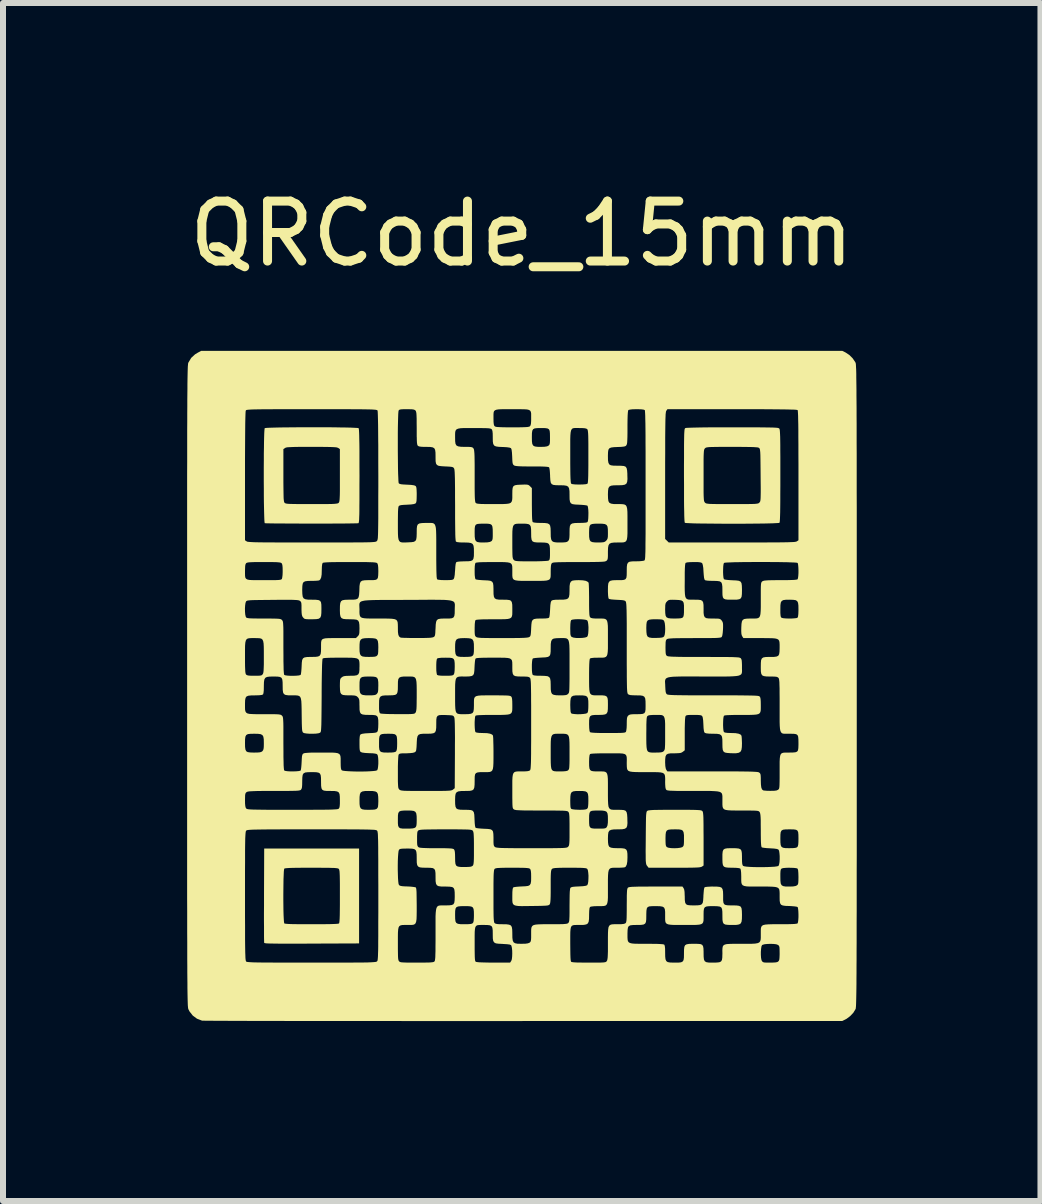
<source format=kicad_pcb>
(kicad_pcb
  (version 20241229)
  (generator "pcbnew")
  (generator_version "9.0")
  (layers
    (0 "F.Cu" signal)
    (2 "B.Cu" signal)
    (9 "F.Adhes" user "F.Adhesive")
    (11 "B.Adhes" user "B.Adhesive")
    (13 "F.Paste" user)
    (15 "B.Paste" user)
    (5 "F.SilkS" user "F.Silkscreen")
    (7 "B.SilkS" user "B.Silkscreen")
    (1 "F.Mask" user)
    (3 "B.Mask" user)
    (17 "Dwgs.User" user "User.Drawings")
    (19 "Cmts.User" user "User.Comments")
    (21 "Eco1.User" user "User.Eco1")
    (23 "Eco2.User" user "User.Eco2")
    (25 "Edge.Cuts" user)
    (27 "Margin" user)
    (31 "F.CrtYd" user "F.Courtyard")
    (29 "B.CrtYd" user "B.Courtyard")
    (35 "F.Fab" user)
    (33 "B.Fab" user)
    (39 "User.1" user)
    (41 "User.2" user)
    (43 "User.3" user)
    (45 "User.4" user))
  (footprint "QRCode_15mm"
    (layer "F.Cu")
    (at 5.649 8.348)
    (property "Reference" "QRCode_15mm" (at 0 -7.5 0) (layer "F.SilkS") (effects (font (size 1 1) (thickness 0.15))))
    (attr board_only exclude_from_pos_files exclude_from_bom)
    (fp_poly (pts (xy -2.712 3.541) (xy -2.712 4.332) (xy -3.5 4.335) (xy -3.664 4.336) (xy -3.804 4.336) (xy -3.924 4.336) (xy -4.024 4.336) (xy -4.106 4.335) (xy -4.171 4.334) (xy -4.22 4.333) (xy -4.256 4.331) (xy -4.279 4.328) (xy -4.291 4.325) (xy -4.294 4.323) (xy -4.295 4.309) (xy -4.296 4.272) (xy -4.297 4.216) (xy -4.297 4.141) (xy -4.297 4.051) (xy -4.298 3.947) (xy -4.298 3.831) (xy -4.297 3.705) (xy -4.297 3.572) (xy -4.297 3.529) (xy -4.297 3.516) (xy -3.975 3.516) (xy -3.975 3.608) (xy -3.974 3.698) (xy -3.973 3.781) (xy -3.971 3.856) (xy -3.968 3.918) (xy -3.965 3.965) (xy -3.961 3.992) (xy -3.959 3.998) (xy -3.948 4.002) (xy -3.923 4.005) (xy -3.883 4.008) (xy -3.825 4.01) (xy -3.748 4.011) (xy -3.651 4.012) (xy -3.532 4.012) (xy -3.503 4.012) (xy -3.378 4.012) (xy -3.276 4.011) (xy -3.195 4.01) (xy -3.133 4.008) (xy -3.089 4.006) (xy -3.061 4.003) (xy -3.047 3.999) (xy -3.046 3.998) (xy -3.042 3.987) (xy -3.039 3.962) (xy -3.036 3.921) (xy -3.034 3.863) (xy -3.033 3.786) (xy -3.032 3.689) (xy -3.032 3.569) (xy -3.032 3.546) (xy -3.032 3.43) (xy -3.032 3.335) (xy -3.033 3.261) (xy -3.034 3.203) (xy -3.036 3.16) (xy -3.038 3.129) (xy -3.042 3.109) (xy -3.046 3.096) (xy -3.051 3.089) (xy -3.058 3.084) (xy -3.071 3.08) (xy -3.092 3.077) (xy -3.123 3.074) (xy -3.166 3.073) (xy -3.224 3.071) (xy -3.3 3.071) (xy -3.395 3.07) (xy -3.507 3.07) (xy -3.631 3.07) (xy -3.732 3.071) (xy -3.813 3.072) (xy -3.874 3.074) (xy -3.917 3.077) (xy -3.945 3.08) (xy -3.958 3.084) (xy -3.959 3.085) (xy -3.963 3.1) (xy -3.967 3.137) (xy -3.969 3.191) (xy -3.972 3.26) (xy -3.973 3.339) (xy -3.974 3.425) (xy -3.975 3.516) (xy -4.297 3.516) (xy -4.294 2.75) (xy -3.503 2.75) (xy -2.712 2.75)) (stroke (width 0) (type solid)) (fill yes) (layer "F.SilkS"))
    (fp_poly (pts (xy 2.67 2.104) (xy 2.762 2.104) (xy 2.836 2.105) (xy 2.893 2.106) (xy 2.935 2.108) (xy 2.965 2.11) (xy 2.986 2.113) (xy 2.999 2.117) (xy 3.007 2.122) (xy 3.012 2.126) (xy 3.017 2.134) (xy 3.021 2.146) (xy 3.024 2.165) (xy 3.027 2.194) (xy 3.029 2.234) (xy 3.03 2.288) (xy 3.031 2.359) (xy 3.031 2.448) (xy 3.032 2.559) (xy 3.032 2.59) (xy 3.032 3.033) (xy 3.005 3.051) (xy 2.995 3.056) (xy 2.979 3.06) (xy 2.956 3.064) (xy 2.921 3.066) (xy 2.875 3.068) (xy 2.812 3.069) (xy 2.733 3.07) (xy 2.633 3.07) (xy 2.547 3.07) (xy 2.115 3.07) (xy 2.09 3.038) (xy 2.083 3.029) (xy 2.078 3.018) (xy 2.074 3.004) (xy 2.071 2.984) (xy 2.068 2.955) (xy 2.067 2.915) (xy 2.067 2.862) (xy 2.066 2.792) (xy 2.067 2.703) (xy 2.068 2.593) (xy 2.068 2.587) (xy 2.397 2.587) (xy 2.398 2.644) (xy 2.4 2.682) (xy 2.405 2.705) (xy 2.413 2.719) (xy 2.421 2.727) (xy 2.448 2.737) (xy 2.491 2.743) (xy 2.543 2.745) (xy 2.596 2.743) (xy 2.642 2.737) (xy 2.674 2.728) (xy 2.679 2.725) (xy 2.691 2.714) (xy 2.699 2.7) (xy 2.703 2.676) (xy 2.705 2.638) (xy 2.705 2.59) (xy 2.705 2.526) (xy 2.699 2.481) (xy 2.686 2.453) (xy 2.662 2.438) (xy 2.622 2.431) (xy 2.564 2.43) (xy 2.555 2.43) (xy 2.491 2.431) (xy 2.447 2.436) (xy 2.42 2.449) (xy 2.405 2.474) (xy 2.399 2.515) (xy 2.397 2.576) (xy 2.397 2.587) (xy 2.068 2.587) (xy 2.068 2.572) (xy 2.069 2.458) (xy 2.07 2.366) (xy 2.071 2.293) (xy 2.072 2.237) (xy 2.074 2.195) (xy 2.077 2.166) (xy 2.08 2.146) (xy 2.084 2.133) (xy 2.089 2.126) (xy 2.095 2.121) (xy 2.105 2.116) (xy 2.123 2.113) (xy 2.151 2.11) (xy 2.191 2.107) (xy 2.246 2.106) (xy 2.318 2.105) (xy 2.409 2.104) (xy 2.521 2.104) (xy 2.555 2.104)) (stroke (width 0) (type solid)) (fill yes) (layer "F.SilkS"))
    (fp_poly (pts (xy -3.343 -4.274) (xy -3.227 -4.274) (xy -3.118 -4.273) (xy -3.016 -4.271) (xy -2.926 -4.27) (xy -2.849 -4.268) (xy -2.787 -4.265) (xy -2.744 -4.263) (xy -2.722 -4.26) (xy -2.72 -4.259) (xy -2.717 -4.25) (xy -2.714 -4.228) (xy -2.712 -4.193) (xy -2.71 -4.143) (xy -2.709 -4.077) (xy -2.707 -3.993) (xy -2.706 -3.89) (xy -2.706 -3.766) (xy -2.706 -3.621) (xy -2.705 -3.463) (xy -2.706 -3.305) (xy -2.706 -3.17) (xy -2.706 -3.056) (xy -2.707 -2.96) (xy -2.707 -2.882) (xy -2.708 -2.819) (xy -2.71 -2.771) (xy -2.711 -2.734) (xy -2.714 -2.708) (xy -2.716 -2.691) (xy -2.719 -2.68) (xy -2.723 -2.675) (xy -2.725 -2.674) (xy -2.74 -2.673) (xy -2.777 -2.672) (xy -2.833 -2.671) (xy -2.905 -2.67) (xy -2.992 -2.669) (xy -3.09 -2.669) (xy -3.198 -2.668) (xy -3.311 -2.668) (xy -3.43 -2.668) (xy -3.549 -2.668) (xy -3.668 -2.668) (xy -3.783 -2.669) (xy -3.892 -2.669) (xy -3.993 -2.67) (xy -4.083 -2.67) (xy -4.16 -2.671) (xy -4.22 -2.672) (xy -4.262 -2.673) (xy -4.283 -2.675) (xy -4.285 -2.675) (xy -4.288 -2.688) (xy -4.291 -2.723) (xy -4.293 -2.777) (xy -4.295 -2.847) (xy -4.297 -2.932) (xy -4.299 -3.029) (xy -4.3 -3.136) (xy -4.3 -3.249) (xy -4.301 -3.367) (xy -4.301 -3.473) (xy -3.974 -3.473) (xy -3.974 -3.358) (xy -3.973 -3.264) (xy -3.972 -3.19) (xy -3.971 -3.133) (xy -3.97 -3.09) (xy -3.967 -3.059) (xy -3.964 -3.038) (xy -3.96 -3.025) (xy -3.955 -3.016) (xy -3.954 -3.015) (xy -3.947 -3.009) (xy -3.937 -3.005) (xy -3.922 -3.001) (xy -3.898 -2.998) (xy -3.864 -2.996) (xy -3.817 -2.995) (xy -3.755 -2.994) (xy -3.675 -2.993) (xy -3.574 -2.993) (xy -3.505 -2.993) (xy -3.39 -2.993) (xy -3.298 -2.993) (xy -3.224 -2.994) (xy -3.168 -2.995) (xy -3.126 -2.997) (xy -3.096 -3) (xy -3.076 -3.003) (xy -3.063 -3.007) (xy -3.054 -3.012) (xy -3.054 -3.013) (xy -3.048 -3.02) (xy -3.043 -3.029) (xy -3.04 -3.045) (xy -3.037 -3.068) (xy -3.035 -3.101) (xy -3.033 -3.148) (xy -3.032 -3.21) (xy -3.032 -3.289) (xy -3.032 -3.388) (xy -3.032 -3.471) (xy -3.032 -3.91) (xy -3.058 -3.928) (xy -3.069 -3.933) (xy -3.084 -3.938) (xy -3.108 -3.941) (xy -3.143 -3.943) (xy -3.19 -3.945) (xy -3.253 -3.946) (xy -3.334 -3.947) (xy -3.436 -3.947) (xy -3.503 -3.947) (xy -3.616 -3.947) (xy -3.709 -3.947) (xy -3.781 -3.946) (xy -3.837 -3.944) (xy -3.879 -3.942) (xy -3.909 -3.94) (xy -3.929 -3.936) (xy -3.942 -3.931) (xy -3.947 -3.928) (xy -3.974 -3.91) (xy -3.974 -3.473) (xy -4.301 -3.473) (xy -4.301 -3.487) (xy -4.301 -3.606) (xy -4.3 -3.723) (xy -4.3 -3.834) (xy -4.298 -3.938) (xy -4.297 -4.031) (xy -4.295 -4.111) (xy -4.293 -4.177) (xy -4.29 -4.225) (xy -4.287 -4.253) (xy -4.285 -4.259) (xy -4.27 -4.262) (xy -4.234 -4.265) (xy -4.178 -4.267) (xy -4.106 -4.269) (xy -4.019 -4.271) (xy -3.921 -4.272) (xy -3.814 -4.273) (xy -3.7 -4.274) (xy -3.582 -4.274) (xy -3.462 -4.274)) (stroke (width 0) (type solid)) (fill yes) (layer "F.SilkS"))
    (fp_poly (pts (xy 3.669 -4.273) (xy 3.802 -4.273) (xy 3.915 -4.273) (xy 4.009 -4.272) (xy 4.086 -4.271) (xy 4.148 -4.27) (xy 4.196 -4.269) (xy 4.232 -4.267) (xy 4.258 -4.265) (xy 4.275 -4.262) (xy 4.286 -4.258) (xy 4.292 -4.255) (xy 4.293 -4.254) (xy 4.297 -4.248) (xy 4.3 -4.238) (xy 4.303 -4.221) (xy 4.305 -4.196) (xy 4.307 -4.161) (xy 4.309 -4.114) (xy 4.31 -4.054) (xy 4.311 -3.979) (xy 4.311 -3.887) (xy 4.312 -3.777) (xy 4.312 -3.646) (xy 4.312 -3.493) (xy 4.312 -3.466) (xy 4.312 -3.3) (xy 4.311 -3.158) (xy 4.311 -3.037) (xy 4.31 -2.936) (xy 4.309 -2.854) (xy 4.307 -2.79) (xy 4.305 -2.742) (xy 4.303 -2.708) (xy 4.3 -2.689) (xy 4.297 -2.681) (xy 4.282 -2.678) (xy 4.246 -2.676) (xy 4.19 -2.673) (xy 4.118 -2.671) (xy 4.031 -2.669) (xy 3.933 -2.668) (xy 3.825 -2.667) (xy 3.711 -2.666) (xy 3.593 -2.666) (xy 3.472 -2.666) (xy 3.353 -2.666) (xy 3.237 -2.667) (xy 3.126 -2.668) (xy 3.024 -2.669) (xy 2.932 -2.67) (xy 2.854 -2.672) (xy 2.791 -2.675) (xy 2.747 -2.677) (xy 2.723 -2.68) (xy 2.72 -2.681) (xy 2.717 -2.69) (xy 2.714 -2.712) (xy 2.712 -2.747) (xy 2.71 -2.797) (xy 2.709 -2.864) (xy 2.707 -2.948) (xy 2.706 -3.051) (xy 2.706 -3.175) (xy 2.706 -3.32) (xy 2.705 -3.47) (xy 3.032 -3.47) (xy 3.032 -3.357) (xy 3.032 -3.265) (xy 3.032 -3.193) (xy 3.033 -3.137) (xy 3.035 -3.096) (xy 3.037 -3.067) (xy 3.04 -3.046) (xy 3.045 -3.033) (xy 3.05 -3.024) (xy 3.056 -3.017) (xy 3.063 -3.011) (xy 3.072 -3.006) (xy 3.086 -3.002) (xy 3.107 -2.999) (xy 3.138 -2.996) (xy 3.18 -2.995) (xy 3.237 -2.994) (xy 3.311 -2.993) (xy 3.404 -2.993) (xy 3.509 -2.993) (xy 3.622 -2.993) (xy 3.713 -2.993) (xy 3.786 -2.994) (xy 3.841 -2.995) (xy 3.882 -2.996) (xy 3.912 -2.999) (xy 3.932 -3.002) (xy 3.946 -3.006) (xy 3.955 -3.011) (xy 3.962 -3.018) (xy 3.968 -3.025) (xy 3.974 -3.034) (xy 3.978 -3.047) (xy 3.981 -3.067) (xy 3.983 -3.095) (xy 3.984 -3.136) (xy 3.985 -3.19) (xy 3.985 -3.261) (xy 3.984 -3.351) (xy 3.983 -3.463) (xy 3.983 -3.478) (xy 3.982 -3.592) (xy 3.981 -3.684) (xy 3.98 -3.757) (xy 3.979 -3.814) (xy 3.977 -3.855) (xy 3.974 -3.885) (xy 3.971 -3.905) (xy 3.967 -3.917) (xy 3.962 -3.925) (xy 3.956 -3.93) (xy 3.946 -3.935) (xy 3.928 -3.939) (xy 3.899 -3.941) (xy 3.859 -3.944) (xy 3.803 -3.945) (xy 3.731 -3.946) (xy 3.639 -3.947) (xy 3.526 -3.947) (xy 3.506 -3.947) (xy 3.393 -3.947) (xy 3.302 -3.947) (xy 3.23 -3.946) (xy 3.175 -3.945) (xy 3.134 -3.944) (xy 3.104 -3.941) (xy 3.084 -3.938) (xy 3.071 -3.934) (xy 3.062 -3.929) (xy 3.056 -3.923) (xy 3.049 -3.916) (xy 3.044 -3.906) (xy 3.04 -3.892) (xy 3.037 -3.872) (xy 3.035 -3.841) (xy 3.033 -3.799) (xy 3.032 -3.742) (xy 3.032 -3.668) (xy 3.032 -3.574) (xy 3.032 -3.47) (xy 2.705 -3.47) (xy 2.705 -3.472) (xy 2.705 -3.628) (xy 2.706 -3.762) (xy 2.706 -3.875) (xy 2.706 -3.969) (xy 2.707 -4.046) (xy 2.708 -4.108) (xy 2.709 -4.156) (xy 2.711 -4.192) (xy 2.713 -4.219) (xy 2.715 -4.237) (xy 2.718 -4.248) (xy 2.722 -4.255) (xy 2.726 -4.259) (xy 2.729 -4.261) (xy 2.747 -4.264) (xy 2.789 -4.266) (xy 2.854 -4.268) (xy 2.943 -4.27) (xy 3.055 -4.272) (xy 3.191 -4.273) (xy 3.349 -4.273) (xy 3.513 -4.273)) (stroke (width 0) (type solid)) (fill yes) (layer "F.SilkS"))
    (fp_poly (pts (xy 5.401 -5.52) (xy 5.461 -5.48) (xy 5.516 -5.426) (xy 5.558 -5.365) (xy 5.566 -5.35) (xy 5.568 -5.345) (xy 5.569 -5.338) (xy 5.571 -5.327) (xy 5.572 -5.313) (xy 5.573 -5.294) (xy 5.574 -5.27) (xy 5.576 -5.239) (xy 5.577 -5.203) (xy 5.578 -5.159) (xy 5.578 -5.107) (xy 5.579 -5.046) (xy 5.58 -4.977) (xy 5.581 -4.897) (xy 5.581 -4.807) (xy 5.582 -4.706) (xy 5.583 -4.593) (xy 5.583 -4.468) (xy 5.584 -4.329) (xy 5.584 -4.176) (xy 5.584 -4.009) (xy 5.585 -3.827) (xy 5.585 -3.629) (xy 5.585 -3.414) (xy 5.585 -3.182) (xy 5.586 -2.933) (xy 5.586 -2.665) (xy 5.586 -2.378) (xy 5.586 -2.071) (xy 5.586 -1.743) (xy 5.586 -1.395) (xy 5.586 -1.025) (xy 5.586 -0.632) (xy 5.586 -0.216) (xy 5.586 0.039) (xy 5.586 0.468) (xy 5.586 0.874) (xy 5.586 1.258) (xy 5.586 1.619) (xy 5.586 1.959) (xy 5.586 2.278) (xy 5.586 2.576) (xy 5.586 2.855) (xy 5.585 3.116) (xy 5.585 3.358) (xy 5.585 3.582) (xy 5.585 3.79) (xy 5.584 3.981) (xy 5.584 4.157) (xy 5.584 4.318) (xy 5.583 4.465) (xy 5.583 4.598) (xy 5.582 4.719) (xy 5.582 4.827) (xy 5.581 4.923) (xy 5.581 5.009) (xy 5.58 5.084) (xy 5.579 5.15) (xy 5.578 5.206) (xy 5.577 5.255) (xy 5.576 5.296) (xy 5.575 5.33) (xy 5.574 5.357) (xy 5.573 5.379) (xy 5.571 5.397) (xy 5.57 5.409) (xy 5.569 5.418) (xy 5.567 5.425) (xy 5.566 5.427) (xy 5.529 5.488) (xy 5.476 5.544) (xy 5.416 5.589) (xy 5.401 5.597) (xy 5.345 5.625) (xy 0.024 5.626) (xy -0.333 5.627) (xy -0.685 5.627) (xy -1.03 5.627) (xy -1.367 5.627) (xy -1.696 5.627) (xy -2.016 5.626) (xy -2.326 5.626) (xy -2.625 5.626) (xy -2.913 5.626) (xy -3.188 5.626) (xy -3.451 5.625) (xy -3.7 5.625) (xy -3.934 5.625) (xy -4.153 5.624) (xy -4.356 5.624) (xy -4.542 5.624) (xy -4.711 5.623) (xy -4.861 5.623) (xy -4.991 5.622) (xy -5.102 5.622) (xy -5.192 5.621) (xy -5.261 5.621) (xy -5.307 5.62) (xy -5.33 5.62) (xy -5.332 5.619) (xy -5.415 5.587) (xy -5.485 5.535) (xy -5.54 5.465) (xy -5.557 5.431) (xy -5.559 5.427) (xy -5.561 5.421) (xy -5.562 5.413) (xy -5.564 5.402) (xy -5.565 5.388) (xy -5.567 5.37) (xy -5.568 5.347) (xy -5.569 5.319) (xy -5.57 5.284) (xy -5.571 5.243) (xy -5.572 5.194) (xy -5.573 5.137) (xy -5.574 5.072) (xy -5.574 4.997) (xy -5.575 4.912) (xy -5.576 4.816) (xy -5.576 4.709) (xy -5.577 4.589) (xy -5.577 4.457) (xy -5.577 4.311) (xy -5.578 4.152) (xy -5.578 3.977) (xy -5.578 3.787) (xy -5.579 3.581) (xy -5.579 3.542) (xy -4.614 3.542) (xy -4.614 3.729) (xy -4.614 3.893) (xy -4.613 4.036) (xy -4.613 4.16) (xy -4.613 4.265) (xy -4.612 4.353) (xy -4.611 4.426) (xy -4.61 4.485) (xy -4.608 4.532) (xy -4.607 4.567) (xy -4.605 4.594) (xy -4.602 4.612) (xy -4.6 4.624) (xy -4.596 4.631) (xy -4.595 4.633) (xy -4.59 4.637) (xy -4.58 4.64) (xy -4.565 4.642) (xy -4.542 4.644) (xy -4.511 4.646) (xy -4.47 4.648) (xy -4.417 4.649) (xy -4.35 4.65) (xy -4.269 4.651) (xy -4.172 4.651) (xy -4.058 4.652) (xy -3.924 4.652) (xy -3.77 4.652) (xy -3.594 4.652) (xy -3.506 4.652) (xy -3.32 4.652) (xy -3.156 4.652) (xy -3.014 4.652) (xy -2.891 4.652) (xy -2.787 4.651) (xy -2.699 4.651) (xy -2.626 4.65) (xy -2.567 4.649) (xy -2.521 4.647) (xy -2.485 4.645) (xy -2.458 4.643) (xy -2.439 4.641) (xy -2.426 4.638) (xy -2.418 4.635) (xy -2.414 4.632) (xy -2.41 4.628) (xy -2.406 4.621) (xy -2.403 4.611) (xy -2.401 4.595) (xy -2.399 4.573) (xy -2.397 4.542) (xy -2.396 4.502) (xy -2.394 4.45) (xy -2.393 4.385) (xy -2.393 4.306) (xy -2.392 4.212) (xy -2.392 4.099) (xy -2.392 3.969) (xy -2.391 3.817) (xy -2.391 3.644) (xy -2.391 3.543) (xy -2.391 3.357) (xy -2.392 3.194) (xy -2.392 3.052) (xy -2.392 3.03) (xy -2.067 3.03) (xy -2.067 3.105) (xy -2.065 3.178) (xy -2.063 3.243) (xy -2.059 3.298) (xy -2.054 3.337) (xy -2.048 3.355) (xy -2.037 3.366) (xy -2.019 3.373) (xy -1.99 3.378) (xy -1.945 3.381) (xy -1.906 3.382) (xy -1.853 3.385) (xy -1.807 3.39) (xy -1.776 3.395) (xy -1.766 3.399) (xy -1.761 3.41) (xy -1.757 3.434) (xy -1.754 3.474) (xy -1.753 3.532) (xy -1.752 3.611) (xy -1.751 3.696) (xy -1.751 3.793) (xy -1.752 3.869) (xy -1.754 3.927) (xy -1.76 3.968) (xy -1.77 3.996) (xy -1.786 4.012) (xy -1.808 4.021) (xy -1.839 4.024) (xy -1.879 4.024) (xy -1.906 4.024) (xy -1.955 4.024) (xy -1.992 4.025) (xy -2.02 4.031) (xy -2.04 4.043) (xy -2.053 4.065) (xy -2.06 4.1) (xy -2.064 4.149) (xy -2.065 4.217) (xy -2.065 4.304) (xy -2.065 4.336) (xy -2.065 4.426) (xy -2.064 4.494) (xy -2.063 4.545) (xy -2.061 4.581) (xy -2.057 4.605) (xy -2.052 4.62) (xy -2.045 4.63) (xy -2.045 4.63) (xy -2.037 4.637) (xy -2.025 4.643) (xy -2.006 4.647) (xy -1.976 4.649) (xy -1.934 4.651) (xy -1.875 4.652) (xy -1.796 4.652) (xy -1.75 4.652) (xy -1.66 4.652) (xy -1.59 4.651) (xy -1.539 4.65) (xy -1.503 4.647) (xy -1.479 4.644) (xy -1.464 4.639) (xy -1.456 4.633) (xy -1.451 4.626) (xy -1.447 4.613) (xy -1.444 4.592) (xy -1.441 4.561) (xy -1.44 4.517) (xy -1.438 4.459) (xy -1.438 4.383) (xy -1.437 4.288) (xy -1.437 4.203) (xy -0.785 4.203) (xy -0.785 4.287) (xy -0.785 4.338) (xy -0.785 4.43) (xy -0.784 4.5) (xy -0.783 4.552) (xy -0.781 4.589) (xy -0.778 4.613) (xy -0.774 4.628) (xy -0.768 4.636) (xy -0.764 4.639) (xy -0.745 4.643) (xy -0.705 4.647) (xy -0.645 4.649) (xy -0.57 4.651) (xy -0.482 4.652) (xy -0.468 4.652) (xy -0.194 4.652) (xy -0.174 4.622) (xy -0.165 4.596) (xy -0.16 4.553) (xy -0.158 4.503) (xy -0.159 4.451) (xy -0.164 4.405) (xy -0.172 4.371) (xy -0.179 4.36) (xy -0.2 4.351) (xy -0.245 4.345) (xy -0.312 4.341) (xy -0.321 4.34) (xy -0.386 4.337) (xy -0.431 4.331) (xy -0.459 4.316) (xy -0.475 4.291) (xy -0.482 4.25) (xy -0.483 4.19) (xy -0.483 4.173) (xy -0.484 4.111) (xy -0.49 4.069) (xy -0.503 4.044) (xy -0.53 4.03) (xy -0.572 4.025) (xy -0.63 4.024) (xy -0.677 4.024) (xy -0.713 4.025) (xy -0.741 4.029) (xy -0.76 4.04) (xy -0.773 4.06) (xy -0.78 4.092) (xy -0.784 4.139) (xy -0.785 4.203) (xy -1.437 4.203) (xy -1.437 4.18) (xy -1.437 4.06) (xy -1.437 3.961) (xy -1.437 3.882) (xy -1.436 3.858) (xy -1.111 3.858) (xy -1.11 3.921) (xy -1.105 3.964) (xy -1.091 3.99) (xy -1.064 4.005) (xy -1.022 4.011) (xy -0.96 4.012) (xy -0.953 4.012) (xy -0.894 4.011) (xy -0.854 4.008) (xy -0.829 4.002) (xy -0.816 3.993) (xy -0.806 3.977) (xy -0.801 3.95) (xy -0.798 3.906) (xy -0.797 3.861) (xy -0.798 3.8) (xy -0.803 3.758) (xy -0.816 3.731) (xy -0.841 3.717) (xy -0.882 3.711) (xy -0.942 3.71) (xy -0.954 3.71) (xy -1.018 3.711) (xy -1.062 3.716) (xy -1.089 3.728) (xy -1.104 3.752) (xy -1.11 3.791) (xy -1.111 3.848) (xy -1.111 3.858) (xy -1.436 3.858) (xy -1.434 3.82) (xy -1.429 3.774) (xy -1.421 3.741) (xy -1.409 3.719) (xy -1.393 3.706) (xy -1.371 3.7) (xy -1.344 3.698) (xy -1.309 3.698) (xy -1.277 3.698) (xy -1.212 3.697) (xy -1.168 3.692) (xy -1.14 3.68) (xy -1.125 3.655) (xy -1.119 3.615) (xy -1.117 3.556) (xy -1.117 3.541) (xy -0.471 3.541) (xy -0.471 3.657) (xy -0.471 3.75) (xy -0.47 3.824) (xy -0.469 3.882) (xy -0.467 3.924) (xy -0.464 3.954) (xy -0.461 3.974) (xy -0.457 3.987) (xy -0.452 3.993) (xy -0.436 4.003) (xy -0.408 4.009) (xy -0.364 4.012) (xy -0.322 4.012) (xy -0.256 4.013) (xy -0.211 4.019) (xy -0.182 4.032) (xy -0.166 4.057) (xy -0.159 4.097) (xy -0.157 4.156) (xy -0.157 4.17) (xy -0.156 4.237) (xy -0.15 4.283) (xy -0.136 4.313) (xy -0.111 4.329) (xy -0.071 4.337) (xy -0.013 4.338) (xy -0.003 4.338) (xy 0.059 4.337) (xy 0.101 4.331) (xy 0.128 4.321) (xy 0.13 4.32) (xy 0.143 4.309) (xy 0.15 4.295) (xy 0.155 4.272) (xy 0.157 4.235) (xy 0.157 4.204) (xy 0.809 4.204) (xy 0.809 4.288) (xy 0.809 4.336) (xy 0.81 4.437) (xy 0.811 4.515) (xy 0.813 4.573) (xy 0.816 4.611) (xy 0.821 4.633) (xy 0.824 4.638) (xy 0.837 4.643) (xy 0.867 4.647) (xy 0.914 4.65) (xy 0.982 4.651) (xy 1.071 4.652) (xy 1.119 4.652) (xy 1.208 4.652) (xy 1.277 4.652) (xy 1.327 4.651) (xy 1.362 4.649) (xy 1.386 4.646) (xy 1.401 4.642) (xy 1.41 4.636) (xy 1.417 4.628) (xy 1.418 4.626) (xy 1.425 4.613) (xy 1.429 4.594) (xy 1.433 4.565) (xy 1.435 4.523) (xy 1.437 4.465) (xy 1.437 4.387) (xy 1.437 4.324) (xy 1.437 4.229) (xy 1.438 4.156) (xy 1.441 4.101) (xy 1.447 4.062) (xy 1.459 4.037) (xy 1.477 4.022) (xy 1.504 4.014) (xy 1.539 4.012) (xy 1.586 4.012) (xy 1.602 4.012) (xy 1.66 4.011) (xy 1.699 4.007) (xy 1.722 4) (xy 1.732 3.993) (xy 1.739 3.984) (xy 1.743 3.968) (xy 1.747 3.943) (xy 1.749 3.905) (xy 1.75 3.852) (xy 1.751 3.78) (xy 1.751 3.698) (xy 1.752 3.607) (xy 1.752 3.538) (xy 1.754 3.486) (xy 1.756 3.45) (xy 1.76 3.426) (xy 1.765 3.411) (xy 1.77 3.403) (xy 1.778 3.398) (xy 1.791 3.394) (xy 1.811 3.391) (xy 1.842 3.388) (xy 1.885 3.387) (xy 1.943 3.385) (xy 2.018 3.385) (xy 2.112 3.384) (xy 2.228 3.384) (xy 2.235 3.384) (xy 2.68 3.384) (xy 2.699 3.411) (xy 2.709 3.435) (xy 2.715 3.474) (xy 2.717 3.531) (xy 2.718 3.546) (xy 2.719 3.609) (xy 2.725 3.651) (xy 2.739 3.678) (xy 2.767 3.692) (xy 2.81 3.697) (xy 2.868 3.698) (xy 2.931 3.697) (xy 2.974 3.692) (xy 3.002 3.679) (xy 3.018 3.655) (xy 3.025 3.614) (xy 3.029 3.554) (xy 3.029 3.539) (xy 3.033 3.486) (xy 3.037 3.44) (xy 3.043 3.409) (xy 3.046 3.399) (xy 3.064 3.391) (xy 3.102 3.387) (xy 3.161 3.384) (xy 3.189 3.384) (xy 3.256 3.385) (xy 3.302 3.39) (xy 3.331 3.402) (xy 3.348 3.427) (xy 3.356 3.466) (xy 3.358 3.524) (xy 3.358 3.556) (xy 3.358 3.613) (xy 3.363 3.653) (xy 3.375 3.678) (xy 3.399 3.691) (xy 3.438 3.697) (xy 3.496 3.698) (xy 3.516 3.698) (xy 3.579 3.699) (xy 3.622 3.705) (xy 3.65 3.718) (xy 3.664 3.744) (xy 3.67 3.786) (xy 3.672 3.848) (xy 3.672 3.857) (xy 3.671 3.924) (xy 3.665 3.97) (xy 3.651 3.999) (xy 3.625 4.015) (xy 3.583 4.023) (xy 3.521 4.024) (xy 3.507 4.024) (xy 3.442 4.023) (xy 3.397 4.018) (xy 3.369 4.005) (xy 3.354 3.98) (xy 3.347 3.94) (xy 3.346 3.88) (xy 3.346 3.866) (xy 3.345 3.803) (xy 3.34 3.759) (xy 3.327 3.732) (xy 3.303 3.718) (xy 3.262 3.712) (xy 3.203 3.71) (xy 3.189 3.71) (xy 3.125 3.711) (xy 3.081 3.716) (xy 3.054 3.728) (xy 3.039 3.753) (xy 3.033 3.792) (xy 3.032 3.851) (xy 3.032 3.864) (xy 3.032 3.912) (xy 3.031 3.95) (xy 3.025 3.978) (xy 3.013 3.998) (xy 2.992 4.011) (xy 2.958 4.019) (xy 2.909 4.023) (xy 2.843 4.024) (xy 2.756 4.024) (xy 2.714 4.024) (xy 2.617 4.024) (xy 2.542 4.024) (xy 2.486 4.021) (xy 2.445 4.015) (xy 2.419 4.005) (xy 2.402 3.989) (xy 2.394 3.965) (xy 2.391 3.933) (xy 2.391 3.892) (xy 2.391 3.869) (xy 2.391 3.806) (xy 2.386 3.762) (xy 2.373 3.734) (xy 2.348 3.719) (xy 2.308 3.712) (xy 2.248 3.71) (xy 2.227 3.71) (xy 2.166 3.711) (xy 2.125 3.715) (xy 2.099 3.727) (xy 2.085 3.75) (xy 2.079 3.788) (xy 2.077 3.846) (xy 2.077 3.869) (xy 2.076 3.932) (xy 2.071 3.975) (xy 2.057 4.002) (xy 2.031 4.017) (xy 1.989 4.023) (xy 1.927 4.024) (xy 1.919 4.024) (xy 1.856 4.025) (xy 1.812 4.03) (xy 1.785 4.043) (xy 1.771 4.067) (xy 1.765 4.107) (xy 1.763 4.167) (xy 1.763 4.181) (xy 1.763 4.228) (xy 1.765 4.265) (xy 1.77 4.292) (xy 1.783 4.312) (xy 1.805 4.325) (xy 1.839 4.333) (xy 1.888 4.337) (xy 1.955 4.338) (xy 2.042 4.338) (xy 2.09 4.338) (xy 2.188 4.339) (xy 2.264 4.34) (xy 2.319 4.343) (xy 2.355 4.346) (xy 2.374 4.351) (xy 2.377 4.353) (xy 2.385 4.373) (xy 2.39 4.416) (xy 2.391 4.478) (xy 2.391 4.483) (xy 2.392 4.55) (xy 2.397 4.596) (xy 2.41 4.626) (xy 2.433 4.643) (xy 2.471 4.65) (xy 2.527 4.652) (xy 2.548 4.652) (xy 2.612 4.652) (xy 2.656 4.647) (xy 2.683 4.634) (xy 2.698 4.61) (xy 2.704 4.57) (xy 2.705 4.512) (xy 2.705 4.498) (xy 2.706 4.434) (xy 2.711 4.39) (xy 2.724 4.362) (xy 2.749 4.347) (xy 2.789 4.34) (xy 2.849 4.338) (xy 2.87 4.338) (xy 2.935 4.339) (xy 2.98 4.343) (xy 3.008 4.355) (xy 3.023 4.378) (xy 3.03 4.414) (xy 3.032 4.469) (xy 3.032 4.487) (xy 3.033 4.553) (xy 3.038 4.599) (xy 3.051 4.628) (xy 3.076 4.644) (xy 3.116 4.651) (xy 3.174 4.652) (xy 3.185 4.652) (xy 3.25 4.651) (xy 3.295 4.646) (xy 3.323 4.633) (xy 3.338 4.608) (xy 3.344 4.568) (xy 3.345 4.523) (xy 3.987 4.523) (xy 3.99 4.571) (xy 3.997 4.608) (xy 4.003 4.622) (xy 4.013 4.636) (xy 4.026 4.645) (xy 4.047 4.65) (xy 4.081 4.652) (xy 4.134 4.652) (xy 4.139 4.652) (xy 4.198 4.651) (xy 4.237 4.648) (xy 4.263 4.642) (xy 4.278 4.632) (xy 4.288 4.619) (xy 4.295 4.599) (xy 4.298 4.567) (xy 4.3 4.518) (xy 4.3 4.494) (xy 4.299 4.439) (xy 4.298 4.403) (xy 4.293 4.381) (xy 4.285 4.367) (xy 4.272 4.357) (xy 4.27 4.356) (xy 4.243 4.346) (xy 4.201 4.341) (xy 4.15 4.339) (xy 4.098 4.341) (xy 4.052 4.345) (xy 4.019 4.354) (xy 4.007 4.36) (xy 3.997 4.382) (xy 3.991 4.422) (xy 3.987 4.471) (xy 3.987 4.523) (xy 3.345 4.523) (xy 3.346 4.508) (xy 3.346 4.497) (xy 3.345 4.449) (xy 3.347 4.412) (xy 3.352 4.384) (xy 3.364 4.364) (xy 3.386 4.351) (xy 3.42 4.343) (xy 3.469 4.34) (xy 3.536 4.338) (xy 3.623 4.338) (xy 3.662 4.338) (xy 3.758 4.338) (xy 3.834 4.338) (xy 3.89 4.335) (xy 3.931 4.328) (xy 3.958 4.317) (xy 3.974 4.299) (xy 3.983 4.273) (xy 3.986 4.239) (xy 3.986 4.193) (xy 3.986 4.17) (xy 3.986 4.123) (xy 3.987 4.086) (xy 3.993 4.059) (xy 4.005 4.039) (xy 4.027 4.026) (xy 4.061 4.018) (xy 4.11 4.014) (xy 4.177 4.012) (xy 4.264 4.012) (xy 4.312 4.012) (xy 4.41 4.012) (xy 4.486 4.01) (xy 4.541 4.008) (xy 4.577 4.004) (xy 4.596 4) (xy 4.599 3.998) (xy 4.606 3.979) (xy 4.611 3.942) (xy 4.614 3.895) (xy 4.614 3.844) (xy 4.612 3.795) (xy 4.608 3.755) (xy 4.602 3.729) (xy 4.599 3.725) (xy 4.581 3.719) (xy 4.545 3.714) (xy 4.496 3.71) (xy 4.459 3.708) (xy 4.395 3.706) (xy 4.351 3.699) (xy 4.323 3.686) (xy 4.308 3.661) (xy 4.301 3.622) (xy 4.3 3.563) (xy 4.3 3.54) (xy 4.3 3.493) (xy 4.298 3.457) (xy 4.293 3.43) (xy 4.28 3.411) (xy 4.258 3.398) (xy 4.224 3.39) (xy 4.175 3.386) (xy 4.108 3.384) (xy 4.021 3.384) (xy 3.972 3.384) (xy 3.877 3.384) (xy 3.803 3.384) (xy 3.749 3.381) (xy 3.71 3.374) (xy 3.684 3.362) (xy 3.669 3.343) (xy 3.662 3.317) (xy 3.66 3.28) (xy 3.66 3.233) (xy 3.66 3.221) (xy 4.312 3.221) (xy 4.313 3.286) (xy 4.318 3.332) (xy 4.332 3.36) (xy 4.357 3.376) (xy 4.397 3.383) (xy 4.455 3.384) (xy 4.463 3.384) (xy 4.524 3.382) (xy 4.565 3.375) (xy 4.587 3.365) (xy 4.599 3.355) (xy 4.607 3.341) (xy 4.611 3.318) (xy 4.613 3.282) (xy 4.614 3.227) (xy 4.614 3.223) (xy 4.612 3.156) (xy 4.608 3.11) (xy 4.6 3.086) (xy 4.599 3.085) (xy 4.581 3.078) (xy 4.544 3.073) (xy 4.497 3.071) (xy 4.446 3.07) (xy 4.398 3.072) (xy 4.358 3.076) (xy 4.335 3.083) (xy 4.325 3.091) (xy 4.318 3.105) (xy 4.314 3.129) (xy 4.312 3.168) (xy 4.312 3.221) (xy 3.66 3.221) (xy 3.66 3.215) (xy 3.658 3.152) (xy 3.653 3.108) (xy 3.646 3.085) (xy 3.645 3.085) (xy 3.624 3.077) (xy 3.582 3.072) (xy 3.52 3.07) (xy 3.515 3.07) (xy 3.448 3.069) (xy 3.402 3.064) (xy 3.372 3.052) (xy 3.355 3.028) (xy 3.348 2.99) (xy 3.346 2.933) (xy 3.346 2.91) (xy 3.346 2.844) (xy 3.351 2.798) (xy 3.363 2.769) (xy 3.387 2.753) (xy 3.425 2.746) (xy 3.482 2.744) (xy 3.507 2.744) (xy 3.572 2.745) (xy 3.618 2.75) (xy 3.647 2.762) (xy 3.663 2.786) (xy 3.67 2.824) (xy 3.672 2.881) (xy 3.672 2.902) (xy 3.673 2.962) (xy 3.676 3.001) (xy 3.682 3.026) (xy 3.691 3.039) (xy 3.71 3.046) (xy 3.748 3.052) (xy 3.803 3.056) (xy 3.868 3.059) (xy 3.941 3.06) (xy 4.015 3.06) (xy 4.089 3.059) (xy 4.156 3.056) (xy 4.213 3.053) (xy 4.255 3.047) (xy 4.279 3.041) (xy 4.281 3.039) (xy 4.291 3.016) (xy 4.298 2.977) (xy 4.301 2.928) (xy 4.301 2.876) (xy 4.297 2.827) (xy 4.291 2.788) (xy 4.28 2.767) (xy 4.28 2.767) (xy 4.255 2.757) (xy 4.206 2.75) (xy 4.138 2.746) (xy 4.085 2.743) (xy 4.04 2.738) (xy 4.01 2.733) (xy 4.001 2.729) (xy 3.996 2.718) (xy 3.992 2.693) (xy 3.989 2.653) (xy 3.987 2.594) (xy 3.987 2.584) (xy 4.312 2.584) (xy 4.313 2.649) (xy 4.318 2.693) (xy 4.331 2.721) (xy 4.356 2.736) (xy 4.396 2.743) (xy 4.455 2.744) (xy 4.464 2.744) (xy 4.522 2.743) (xy 4.561 2.739) (xy 4.585 2.732) (xy 4.595 2.725) (xy 4.604 2.71) (xy 4.61 2.685) (xy 4.613 2.645) (xy 4.614 2.585) (xy 4.614 2.581) (xy 4.613 2.519) (xy 4.609 2.477) (xy 4.597 2.451) (xy 4.574 2.437) (xy 4.535 2.431) (xy 4.477 2.43) (xy 4.458 2.43) (xy 4.398 2.431) (xy 4.357 2.436) (xy 4.332 2.45) (xy 4.318 2.476) (xy 4.313 2.518) (xy 4.312 2.58) (xy 4.312 2.584) (xy 3.987 2.584) (xy 3.986 2.514) (xy 3.986 2.443) (xy 3.985 2.352) (xy 3.985 2.282) (xy 3.983 2.23) (xy 3.98 2.192) (xy 3.976 2.167) (xy 3.971 2.15) (xy 3.967 2.143) (xy 3.96 2.134) (xy 3.952 2.128) (xy 3.938 2.123) (xy 3.916 2.12) (xy 3.884 2.118) (xy 3.836 2.117) (xy 3.772 2.116) (xy 3.687 2.116) (xy 3.671 2.116) (xy 3.574 2.116) (xy 3.498 2.115) (xy 3.442 2.112) (xy 3.401 2.106) (xy 3.374 2.095) (xy 3.357 2.077) (xy 3.349 2.053) (xy 3.346 2.019) (xy 3.346 1.975) (xy 3.346 1.953) (xy 3.346 1.912) (xy 3.346 1.879) (xy 3.343 1.852) (xy 3.336 1.831) (xy 3.321 1.815) (xy 3.297 1.804) (xy 3.262 1.797) (xy 3.213 1.793) (xy 3.149 1.79) (xy 3.066 1.79) (xy 2.963 1.79) (xy 2.863 1.79) (xy 2.748 1.79) (xy 2.654 1.789) (xy 2.58 1.789) (xy 2.522 1.787) (xy 2.48 1.786) (xy 2.45 1.783) (xy 2.43 1.78) (xy 2.417 1.776) (xy 2.41 1.771) (xy 2.401 1.755) (xy 2.395 1.727) (xy 2.392 1.682) (xy 2.391 1.641) (xy 2.392 1.591) (xy 2.39 1.552) (xy 2.385 1.523) (xy 2.373 1.503) (xy 2.351 1.489) (xy 2.316 1.481) (xy 2.267 1.477) (xy 2.2 1.476) (xy 2.112 1.476) (xy 2.077 1.476) (xy 1.98 1.476) (xy 1.904 1.475) (xy 1.847 1.472) (xy 1.807 1.466) (xy 1.779 1.455) (xy 1.763 1.438) (xy 1.755 1.414) (xy 1.752 1.381) (xy 1.751 1.338) (xy 1.751 1.318) (xy 1.752 1.27) (xy 1.751 1.234) (xy 1.746 1.206) (xy 1.735 1.187) (xy 1.715 1.174) (xy 1.683 1.166) (xy 1.636 1.163) (xy 1.572 1.162) (xy 1.487 1.162) (xy 1.439 1.162) (xy 1.339 1.162) (xy 1.261 1.164) (xy 1.203 1.166) (xy 1.164 1.169) (xy 1.143 1.173) (xy 1.138 1.176) (xy 1.13 1.197) (xy 1.125 1.24) (xy 1.123 1.302) (xy 1.123 1.308) (xy 1.124 1.372) (xy 1.129 1.415) (xy 1.142 1.442) (xy 1.166 1.457) (xy 1.206 1.463) (xy 1.264 1.464) (xy 1.272 1.464) (xy 1.323 1.464) (xy 1.361 1.465) (xy 1.39 1.47) (xy 1.411 1.483) (xy 1.424 1.505) (xy 1.432 1.54) (xy 1.436 1.589) (xy 1.437 1.657) (xy 1.437 1.745) (xy 1.437 1.776) (xy 1.437 1.873) (xy 1.438 1.949) (xy 1.441 2.007) (xy 1.446 2.048) (xy 1.457 2.075) (xy 1.473 2.092) (xy 1.496 2.101) (xy 1.528 2.104) (xy 1.569 2.104) (xy 1.593 2.104) (xy 1.658 2.105) (xy 1.704 2.109) (xy 1.733 2.121) (xy 1.749 2.145) (xy 1.757 2.182) (xy 1.761 2.239) (xy 1.761 2.259) (xy 1.763 2.326) (xy 1.758 2.373) (xy 1.745 2.403) (xy 1.719 2.42) (xy 1.678 2.428) (xy 1.617 2.43) (xy 1.6 2.43) (xy 1.535 2.431) (xy 1.49 2.438) (xy 1.461 2.452) (xy 1.445 2.479) (xy 1.439 2.522) (xy 1.437 2.585) (xy 1.437 2.587) (xy 1.439 2.649) (xy 1.445 2.692) (xy 1.459 2.72) (xy 1.487 2.735) (xy 1.53 2.742) (xy 1.593 2.744) (xy 1.606 2.744) (xy 1.67 2.745) (xy 1.714 2.751) (xy 1.741 2.766) (xy 1.756 2.793) (xy 1.762 2.836) (xy 1.763 2.898) (xy 1.76 2.968) (xy 1.751 3.018) (xy 1.735 3.05) (xy 1.722 3.061) (xy 1.705 3.065) (xy 1.67 3.068) (xy 1.622 3.07) (xy 1.592 3.07) (xy 1.546 3.07) (xy 1.51 3.071) (xy 1.483 3.077) (xy 1.464 3.09) (xy 1.451 3.112) (xy 1.443 3.146) (xy 1.439 3.195) (xy 1.437 3.262) (xy 1.437 3.349) (xy 1.437 3.398) (xy 1.437 3.493) (xy 1.437 3.567) (xy 1.434 3.621) (xy 1.427 3.66) (xy 1.415 3.686) (xy 1.397 3.701) (xy 1.37 3.708) (xy 1.333 3.71) (xy 1.286 3.71) (xy 1.268 3.71) (xy 1.205 3.712) (xy 1.161 3.717) (xy 1.138 3.724) (xy 1.138 3.725) (xy 1.13 3.745) (xy 1.125 3.788) (xy 1.123 3.851) (xy 1.123 3.858) (xy 1.122 3.924) (xy 1.116 3.97) (xy 1.102 3.999) (xy 1.076 4.015) (xy 1.035 4.023) (xy 0.975 4.024) (xy 0.965 4.024) (xy 0.918 4.024) (xy 0.881 4.025) (xy 0.854 4.029) (xy 0.834 4.04) (xy 0.821 4.06) (xy 0.814 4.093) (xy 0.81 4.139) (xy 0.809 4.204) (xy 0.157 4.204) (xy 0.157 4.181) (xy 0.157 4.13) (xy 0.158 4.091) (xy 0.164 4.061) (xy 0.177 4.04) (xy 0.199 4.026) (xy 0.233 4.018) (xy 0.283 4.014) (xy 0.35 4.012) (xy 0.438 4.012) (xy 0.479 4.012) (xy 0.569 4.012) (xy 0.638 4.011) (xy 0.689 4.01) (xy 0.725 4.007) (xy 0.749 4.004) (xy 0.765 3.999) (xy 0.775 3.992) (xy 0.775 3.992) (xy 0.782 3.984) (xy 0.788 3.972) (xy 0.792 3.953) (xy 0.794 3.923) (xy 0.796 3.88) (xy 0.797 3.821) (xy 0.797 3.742) (xy 0.797 3.699) (xy 0.798 3.601) (xy 0.799 3.526) (xy 0.801 3.47) (xy 0.805 3.433) (xy 0.809 3.411) (xy 0.812 3.405) (xy 0.825 3.396) (xy 0.849 3.389) (xy 0.889 3.385) (xy 0.949 3.382) (xy 0.949 3.382) (xy 1.02 3.378) (xy 1.068 3.371) (xy 1.091 3.362) (xy 1.102 3.341) (xy 1.109 3.303) (xy 1.112 3.254) (xy 1.113 3.202) (xy 1.109 3.152) (xy 1.103 3.113) (xy 1.093 3.089) (xy 1.092 3.089) (xy 1.083 3.083) (xy 1.067 3.078) (xy 1.041 3.075) (xy 1.003 3.072) (xy 0.95 3.071) (xy 0.877 3.07) (xy 0.8 3.07) (xy 0.71 3.07) (xy 0.642 3.071) (xy 0.591 3.073) (xy 0.555 3.075) (xy 0.531 3.079) (xy 0.515 3.083) (xy 0.505 3.09) (xy 0.505 3.09) (xy 0.498 3.098) (xy 0.493 3.111) (xy 0.489 3.13) (xy 0.486 3.159) (xy 0.484 3.202) (xy 0.483 3.261) (xy 0.483 3.34) (xy 0.483 3.384) (xy 0.483 3.477) (xy 0.482 3.549) (xy 0.48 3.602) (xy 0.477 3.639) (xy 0.473 3.664) (xy 0.467 3.679) (xy 0.466 3.681) (xy 0.459 3.688) (xy 0.448 3.694) (xy 0.431 3.699) (xy 0.404 3.702) (xy 0.364 3.704) (xy 0.309 3.706) (xy 0.234 3.707) (xy 0.175 3.708) (xy 0.077 3.709) (xy 0.000105 3.71) (xy -0.058 3.708) (xy -0.099 3.702) (xy -0.127 3.692) (xy -0.145 3.675) (xy -0.154 3.65) (xy -0.157 3.617) (xy -0.157 3.573) (xy -0.157 3.542) (xy -0.156 3.474) (xy -0.152 3.428) (xy -0.145 3.403) (xy -0.142 3.399) (xy -0.124 3.393) (xy -0.088 3.388) (xy -0.039 3.384) (xy -0.002 3.382) (xy 0.062 3.379) (xy 0.107 3.373) (xy 0.134 3.359) (xy 0.149 3.334) (xy 0.156 3.294) (xy 0.157 3.234) (xy 0.157 3.22) (xy 0.156 3.162) (xy 0.152 3.123) (xy 0.145 3.099) (xy 0.138 3.089) (xy 0.129 3.083) (xy 0.113 3.078) (xy 0.088 3.075) (xy 0.05 3.072) (xy -0.004 3.071) (xy -0.076 3.07) (xy -0.157 3.07) (xy -0.248 3.07) (xy -0.317 3.071) (xy -0.369 3.073) (xy -0.405 3.075) (xy -0.429 3.079) (xy -0.444 3.084) (xy -0.452 3.089) (xy -0.457 3.097) (xy -0.461 3.11) (xy -0.464 3.131) (xy -0.467 3.162) (xy -0.469 3.205) (xy -0.47 3.264) (xy -0.471 3.34) (xy -0.471 3.435) (xy -0.471 3.541) (xy -1.117 3.541) (xy -1.118 3.478) (xy -1.123 3.435) (xy -1.135 3.408) (xy -1.159 3.392) (xy -1.199 3.386) (xy -1.258 3.384) (xy -1.282 3.384) (xy -1.344 3.383) (xy -1.387 3.377) (xy -1.414 3.363) (xy -1.429 3.337) (xy -1.436 3.295) (xy -1.437 3.233) (xy -1.437 3.219) (xy -1.438 3.157) (xy -1.444 3.115) (xy -1.458 3.09) (xy -1.484 3.076) (xy -1.527 3.071) (xy -1.586 3.07) (xy -1.652 3.069) (xy -1.698 3.064) (xy -1.727 3.05) (xy -1.743 3.026) (xy -1.75 2.986) (xy -1.751 2.927) (xy -1.751 2.915) (xy -1.752 2.849) (xy -1.757 2.804) (xy -1.769 2.775) (xy -1.792 2.759) (xy -1.829 2.752) (xy -1.885 2.75) (xy -1.908 2.75) (xy -1.965 2.751) (xy -2.003 2.753) (xy -2.026 2.757) (xy -2.041 2.765) (xy -2.048 2.774) (xy -2.054 2.794) (xy -2.059 2.835) (xy -2.063 2.89) (xy -2.066 2.957) (xy -2.067 3.03) (xy -2.392 3.03) (xy -2.392 2.929) (xy -2.393 2.825) (xy -2.393 2.737) (xy -2.394 2.664) (xy -2.395 2.606) (xy -2.396 2.587) (xy -1.745 2.587) (xy -1.745 2.644) (xy -1.743 2.682) (xy -1.738 2.705) (xy -1.73 2.719) (xy -1.722 2.727) (xy -1.709 2.733) (xy -1.687 2.737) (xy -1.653 2.74) (xy -1.603 2.742) (xy -1.536 2.744) (xy -1.448 2.744) (xy -1.424 2.744) (xy -1.333 2.744) (xy -1.264 2.745) (xy -1.213 2.747) (xy -1.177 2.749) (xy -1.153 2.753) (xy -1.138 2.758) (xy -1.13 2.763) (xy -1.121 2.779) (xy -1.115 2.806) (xy -1.112 2.848) (xy -1.111 2.898) (xy -1.11 2.963) (xy -1.105 3.007) (xy -1.092 3.035) (xy -1.067 3.05) (xy -1.026 3.057) (xy -0.967 3.058) (xy -0.956 3.058) (xy -0.898 3.057) (xy -0.858 3.054) (xy -0.833 3.047) (xy -0.819 3.038) (xy -0.812 3.03) (xy -0.807 3.018) (xy -0.803 2.998) (xy -0.8 2.969) (xy -0.798 2.926) (xy -0.797 2.866) (xy -0.797 2.787) (xy -0.797 2.746) (xy -0.797 2.657) (xy -0.798 2.588) (xy -0.8 2.537) (xy -0.802 2.502) (xy -0.806 2.477) (xy -0.811 2.462) (xy -0.817 2.452) (xy -0.817 2.452) (xy -0.824 2.446) (xy -0.834 2.442) (xy -0.849 2.438) (xy -0.872 2.435) (xy -0.906 2.433) (xy -0.953 2.432) (xy -1.015 2.431) (xy -1.095 2.43) (xy -1.196 2.43) (xy -1.268 2.43) (xy -1.385 2.43) (xy -1.481 2.431) (xy -1.556 2.432) (xy -1.615 2.433) (xy -1.658 2.435) (xy -1.689 2.438) (xy -1.709 2.442) (xy -1.72 2.446) (xy -1.722 2.447) (xy -1.733 2.458) (xy -1.74 2.474) (xy -1.743 2.501) (xy -1.745 2.543) (xy -1.745 2.587) (xy -2.396 2.587) (xy -2.397 2.559) (xy -2.398 2.523) (xy -2.4 2.496) (xy -2.403 2.477) (xy -2.405 2.464) (xy -2.409 2.456) (xy -2.411 2.452) (xy -2.416 2.448) (xy -2.422 2.445) (xy -2.433 2.442) (xy -2.448 2.439) (xy -2.471 2.437) (xy -2.501 2.436) (xy -2.542 2.434) (xy -2.594 2.433) (xy -2.658 2.432) (xy -2.737 2.431) (xy -2.832 2.431) (xy -2.944 2.43) (xy -3.075 2.43) (xy -3.227 2.43) (xy -3.4 2.43) (xy -3.501 2.43) (xy -3.687 2.43) (xy -3.85 2.43) (xy -3.992 2.43) (xy -4.115 2.431) (xy -4.219 2.431) (xy -4.307 2.432) (xy -4.379 2.433) (xy -4.438 2.434) (xy -4.485 2.435) (xy -4.521 2.437) (xy -4.548 2.439) (xy -4.567 2.441) (xy -4.579 2.444) (xy -4.588 2.447) (xy -4.592 2.45) (xy -4.596 2.454) (xy -4.599 2.461) (xy -4.602 2.471) (xy -4.604 2.487) (xy -4.606 2.509) (xy -4.608 2.54) (xy -4.61 2.58) (xy -4.611 2.632) (xy -4.612 2.697) (xy -4.613 2.776) (xy -4.613 2.87) (xy -4.613 2.982) (xy -4.614 3.113) (xy -4.614 3.264) (xy -4.614 3.437) (xy -4.614 3.542) (xy -5.579 3.542) (xy -5.579 3.359) (xy -5.579 3.118) (xy -5.579 2.86) (xy -5.579 2.583) (xy -5.579 2.286) (xy -5.579 2.263) (xy -2.065 2.263) (xy -2.065 2.326) (xy -2.061 2.369) (xy -2.049 2.396) (xy -2.027 2.411) (xy -1.989 2.417) (xy -1.934 2.418) (xy -1.918 2.418) (xy -1.858 2.417) (xy -1.817 2.414) (xy -1.791 2.408) (xy -1.774 2.399) (xy -1.773 2.398) (xy -1.762 2.384) (xy -1.755 2.361) (xy -1.752 2.326) (xy -1.751 2.274) (xy -1.752 2.21) (xy -1.758 2.166) (xy -1.773 2.138) (xy -1.8 2.123) (xy -1.844 2.117) (xy -1.907 2.116) (xy -1.908 2.116) (xy -1.972 2.117) (xy -2.016 2.122) (xy -2.043 2.134) (xy -2.058 2.158) (xy -2.064 2.196) (xy -2.065 2.253) (xy -2.065 2.263) (xy -5.579 2.263) (xy -5.579 1.97) (xy -5.579 1.944) (xy -4.614 1.944) (xy -4.613 2.002) (xy -4.609 2.042) (xy -4.603 2.067) (xy -4.594 2.082) (xy -4.589 2.086) (xy -4.581 2.09) (xy -4.569 2.093) (xy -4.551 2.096) (xy -4.525 2.098) (xy -4.489 2.1) (xy -4.441 2.101) (xy -4.38 2.102) (xy -4.304 2.103) (xy -4.211 2.104) (xy -4.099 2.104) (xy -3.966 2.104) (xy -3.822 2.104) (xy -3.667 2.104) (xy -3.534 2.104) (xy -3.422 2.103) (xy -3.329 2.103) (xy -3.253 2.102) (xy -3.192 2.101) (xy -3.145 2.099) (xy -3.11 2.097) (xy -3.084 2.095) (xy -3.067 2.092) (xy -3.057 2.089) (xy -3.051 2.085) (xy -3.051 2.085) (xy -3.041 2.07) (xy -3.035 2.043) (xy -3.032 2.001) (xy -3.032 1.947) (xy -3.032 1.944) (xy -2.705 1.944) (xy -2.704 2.009) (xy -2.698 2.053) (xy -2.684 2.081) (xy -2.658 2.096) (xy -2.616 2.103) (xy -2.554 2.104) (xy -2.552 2.104) (xy -2.493 2.103) (xy -2.453 2.1) (xy -2.428 2.093) (xy -2.414 2.084) (xy -2.403 2.07) (xy -2.396 2.05) (xy -2.393 2.016) (xy -2.391 1.966) (xy -2.391 1.951) (xy -2.393 1.886) (xy -2.399 1.841) (xy -2.414 1.813) (xy -2.442 1.798) (xy -2.486 1.791) (xy -2.548 1.79) (xy -2.613 1.791) (xy -2.656 1.798) (xy -2.684 1.814) (xy -2.698 1.843) (xy -2.704 1.889) (xy -2.705 1.944) (xy -3.032 1.944) (xy -3.033 1.884) (xy -3.038 1.841) (xy -3.052 1.813) (xy -3.078 1.798) (xy -3.12 1.791) (xy -3.182 1.79) (xy -3.196 1.79) (xy -3.258 1.789) (xy -3.299 1.784) (xy -3.325 1.77) (xy -3.339 1.745) (xy -3.345 1.703) (xy -3.346 1.641) (xy -3.346 1.636) (xy -3.347 1.571) (xy -3.352 1.527) (xy -3.365 1.499) (xy -3.39 1.484) (xy -3.43 1.477) (xy -3.49 1.476) (xy -3.501 1.476) (xy -3.565 1.477) (xy -3.609 1.482) (xy -3.637 1.496) (xy -3.652 1.521) (xy -3.658 1.562) (xy -3.66 1.622) (xy -3.66 1.631) (xy -3.661 1.689) (xy -3.664 1.729) (xy -3.671 1.754) (xy -3.68 1.768) (xy -3.686 1.774) (xy -3.696 1.778) (xy -3.711 1.782) (xy -3.735 1.785) (xy -3.769 1.787) (xy -3.816 1.788) (xy -3.878 1.789) (xy -3.958 1.79) (xy -4.058 1.79) (xy -4.13 1.79) (xy -4.246 1.79) (xy -4.339 1.79) (xy -4.414 1.791) (xy -4.472 1.793) (xy -4.515 1.795) (xy -4.545 1.797) (xy -4.567 1.801) (xy -4.58 1.805) (xy -4.587 1.809) (xy -4.599 1.819) (xy -4.607 1.834) (xy -4.612 1.858) (xy -4.613 1.896) (xy -4.614 1.944) (xy -5.579 1.944) (xy -5.579 1.632) (xy -5.579 1.475) (xy -2.065 1.475) (xy -2.065 1.562) (xy -2.065 1.629) (xy -2.063 1.677) (xy -2.061 1.712) (xy -2.058 1.735) (xy -2.053 1.75) (xy -2.046 1.76) (xy -2.041 1.766) (xy -2.034 1.772) (xy -2.024 1.777) (xy -2.01 1.781) (xy -1.989 1.784) (xy -1.958 1.787) (xy -1.916 1.788) (xy -1.858 1.789) (xy -1.783 1.79) (xy -1.689 1.79) (xy -1.596 1.79) (xy -1.483 1.79) (xy -1.392 1.79) (xy -1.321 1.789) (xy -1.266 1.788) (xy -1.225 1.786) (xy -1.195 1.784) (xy -1.175 1.78) (xy -1.161 1.776) (xy -1.151 1.771) (xy -1.146 1.767) (xy -1.117 1.744) (xy -1.114 1.166) (xy -1.114 1.025) (xy -1.113 0.907) (xy -1.114 0.809) (xy -1.115 0.73) (xy -1.116 0.669) (xy -1.118 0.622) (xy -1.12 0.589) (xy -1.123 0.568) (xy -1.127 0.558) (xy -1.135 0.544) (xy -1.146 0.535) (xy -1.165 0.53) (xy -1.197 0.527) (xy -1.246 0.525) (xy -1.268 0.524) (xy -1.332 0.523) (xy -1.376 0.526) (xy -1.403 0.538) (xy -1.418 0.561) (xy -1.424 0.599) (xy -1.425 0.656) (xy -1.425 0.672) (xy -1.426 0.738) (xy -1.432 0.783) (xy -1.445 0.812) (xy -1.471 0.827) (xy -1.511 0.834) (xy -1.57 0.836) (xy -1.581 0.836) (xy -1.646 0.836) (xy -1.691 0.841) (xy -1.72 0.853) (xy -1.737 0.877) (xy -1.746 0.915) (xy -1.75 0.973) (xy -1.751 1) (xy -1.754 1.058) (xy -1.758 1.097) (xy -1.762 1.12) (xy -1.77 1.134) (xy -1.782 1.143) (xy -1.788 1.146) (xy -1.815 1.154) (xy -1.861 1.159) (xy -1.917 1.162) (xy -1.929 1.162) (xy -1.983 1.162) (xy -2.017 1.165) (xy -2.037 1.17) (xy -2.049 1.179) (xy -2.053 1.185) (xy -2.057 1.205) (xy -2.06 1.247) (xy -2.063 1.307) (xy -2.065 1.384) (xy -2.065 1.474) (xy -2.065 1.475) (xy -5.579 1.475) (xy -5.579 1.273) (xy -5.579 0.991) (xy -4.614 0.991) (xy -4.613 1.055) (xy -4.607 1.099) (xy -4.594 1.127) (xy -4.569 1.142) (xy -4.528 1.148) (xy -4.469 1.15) (xy -4.461 1.15) (xy -4.406 1.149) (xy -4.369 1.146) (xy -4.346 1.14) (xy -4.329 1.131) (xy -4.324 1.126) (xy -4.312 1.11) (xy -4.305 1.09) (xy -4.301 1.058) (xy -4.3 1.009) (xy -4.3 0.993) (xy -4.301 0.929) (xy -4.308 0.885) (xy -4.324 0.858) (xy -4.353 0.843) (xy -4.398 0.837) (xy -4.459 0.836) (xy -4.522 0.837) (xy -4.566 0.842) (xy -4.593 0.857) (xy -4.607 0.883) (xy -4.613 0.926) (xy -4.614 0.989) (xy -4.614 0.991) (xy -5.579 0.991) (xy -5.579 0.892) (xy -5.579 0.488) (xy -5.579 0.398) (xy -4.614 0.398) (xy -4.613 0.435) (xy -4.607 0.463) (xy -4.595 0.483) (xy -4.574 0.497) (xy -4.54 0.505) (xy -4.491 0.508) (xy -4.424 0.51) (xy -4.337 0.51) (xy -4.298 0.51) (xy -4.209 0.51) (xy -4.141 0.51) (xy -4.091 0.511) (xy -4.055 0.513) (xy -4.031 0.517) (xy -4.015 0.521) (xy -4.005 0.528) (xy -3.998 0.534) (xy -3.992 0.541) (xy -3.986 0.55) (xy -3.982 0.564) (xy -3.979 0.585) (xy -3.977 0.615) (xy -3.975 0.657) (xy -3.974 0.713) (xy -3.974 0.786) (xy -3.974 0.878) (xy -3.974 0.992) (xy -3.974 0.996) (xy -3.973 1.12) (xy -3.973 1.222) (xy -3.971 1.302) (xy -3.97 1.363) (xy -3.967 1.407) (xy -3.964 1.435) (xy -3.96 1.448) (xy -3.959 1.449) (xy -3.94 1.456) (xy -3.904 1.461) (xy -3.857 1.464) (xy -3.806 1.464) (xy -3.757 1.462) (xy -3.716 1.458) (xy -3.691 1.452) (xy -3.686 1.449) (xy -3.681 1.431) (xy -3.676 1.395) (xy -3.672 1.346) (xy -3.67 1.309) (xy -3.667 1.251) (xy -3.664 1.212) (xy -3.658 1.188) (xy -3.65 1.173) (xy -3.642 1.167) (xy -3.63 1.161) (xy -3.608 1.157) (xy -3.574 1.154) (xy -3.525 1.151) (xy -3.458 1.15) (xy -3.371 1.15) (xy -3.338 1.15) (xy -3.242 1.15) (xy -3.167 1.15) (xy -3.112 1.153) (xy -3.072 1.159) (xy -3.046 1.171) (xy -3.03 1.188) (xy -3.022 1.213) (xy -3.019 1.248) (xy -3.019 1.293) (xy -3.019 1.315) (xy -3.018 1.373) (xy -3.015 1.411) (xy -3.008 1.435) (xy -3.001 1.445) (xy -2.982 1.452) (xy -2.943 1.457) (xy -2.889 1.461) (xy -2.823 1.464) (xy -2.751 1.466) (xy -2.676 1.466) (xy -2.602 1.465) (xy -2.535 1.462) (xy -2.478 1.458) (xy -2.436 1.453) (xy -2.413 1.446) (xy -2.41 1.445) (xy -2.401 1.423) (xy -2.395 1.385) (xy -2.391 1.336) (xy -2.391 1.284) (xy -2.394 1.236) (xy -2.4 1.2) (xy -2.407 1.183) (xy -2.42 1.173) (xy -2.444 1.167) (xy -2.484 1.162) (xy -2.543 1.16) (xy -2.544 1.16) (xy -2.614 1.156) (xy -2.662 1.149) (xy -2.686 1.139) (xy -2.695 1.127) (xy -2.701 1.107) (xy -2.704 1.073) (xy -2.705 1.022) (xy -2.705 0.993) (xy -2.379 0.993) (xy -2.379 1.057) (xy -2.374 1.1) (xy -2.361 1.128) (xy -2.337 1.142) (xy -2.298 1.149) (xy -2.24 1.15) (xy -2.228 1.15) (xy -2.17 1.149) (xy -2.131 1.145) (xy -2.107 1.138) (xy -2.096 1.131) (xy -2.087 1.115) (xy -2.081 1.089) (xy -2.078 1.047) (xy -2.077 0.993) (xy -2.078 0.929) (xy -2.083 0.885) (xy -2.096 0.858) (xy -2.12 0.843) (xy -2.159 0.837) (xy -2.217 0.836) (xy -2.228 0.836) (xy -2.29 0.837) (xy -2.332 0.842) (xy -2.358 0.855) (xy -2.372 0.88) (xy -2.378 0.92) (xy -2.379 0.981) (xy -2.379 0.993) (xy -2.705 0.993) (xy -2.705 0.932) (xy -2.702 0.892) (xy -2.698 0.866) (xy -2.69 0.851) (xy -2.686 0.846) (xy -2.66 0.837) (xy -2.612 0.83) (xy -2.544 0.826) (xy -2.484 0.823) (xy -2.444 0.819) (xy -2.42 0.812) (xy -2.407 0.802) (xy -2.407 0.802) (xy -2.398 0.778) (xy -2.393 0.733) (xy -2.391 0.671) (xy -2.392 0.609) (xy -2.398 0.567) (xy -2.412 0.541) (xy -2.438 0.528) (xy -2.481 0.523) (xy -2.541 0.522) (xy -2.606 0.521) (xy -2.652 0.515) (xy -2.681 0.502) (xy -2.697 0.477) (xy -2.704 0.438) (xy -2.705 0.38) (xy -2.705 0.369) (xy -2.706 0.359) (xy -2.379 0.359) (xy -2.379 0.417) (xy -2.377 0.455) (xy -2.372 0.478) (xy -2.365 0.492) (xy -2.358 0.497) (xy -2.339 0.501) (xy -2.299 0.504) (xy -2.24 0.507) (xy -2.165 0.508) (xy -2.076 0.509) (xy -2.063 0.509) (xy -1.975 0.509) (xy -1.908 0.509) (xy -1.858 0.508) (xy -1.824 0.506) (xy -1.801 0.503) (xy -1.787 0.499) (xy -1.778 0.492) (xy -1.771 0.484) (xy -1.77 0.483) (xy -1.764 0.47) (xy -1.759 0.45) (xy -1.755 0.42) (xy -1.753 0.377) (xy -1.752 0.317) (xy -1.752 0.291) (xy -1.111 0.291) (xy -1.11 0.364) (xy -1.107 0.419) (xy -1.101 0.459) (xy -1.09 0.484) (xy -1.072 0.5) (xy -1.047 0.507) (xy -1.013 0.51) (xy -0.969 0.51) (xy -0.957 0.51) (xy -0.893 0.509) (xy -0.848 0.503) (xy -0.82 0.49) (xy -0.805 0.465) (xy -0.799 0.425) (xy -0.797 0.366) (xy -0.797 0.355) (xy -0.797 0.307) (xy -0.796 0.27) (xy -0.791 0.242) (xy -0.779 0.222) (xy -0.758 0.209) (xy -0.724 0.201) (xy -0.676 0.197) (xy -0.61 0.196) (xy -0.524 0.196) (xy -0.476 0.196) (xy -0.384 0.196) (xy -0.314 0.197) (xy -0.262 0.198) (xy -0.225 0.2) (xy -0.2 0.204) (xy -0.185 0.209) (xy -0.176 0.215) (xy -0.167 0.229) (xy -0.161 0.255) (xy -0.158 0.295) (xy -0.157 0.355) (xy -0.157 0.359) (xy -0.157 0.407) (xy -0.158 0.445) (xy -0.164 0.474) (xy -0.176 0.494) (xy -0.197 0.508) (xy -0.231 0.516) (xy -0.28 0.52) (xy -0.346 0.522) (xy -0.432 0.522) (xy -0.483 0.522) (xy -0.581 0.522) (xy -0.657 0.524) (xy -0.712 0.526) (xy -0.749 0.529) (xy -0.768 0.534) (xy -0.771 0.536) (xy -0.778 0.555) (xy -0.782 0.592) (xy -0.785 0.639) (xy -0.785 0.691) (xy -0.783 0.74) (xy -0.779 0.781) (xy -0.773 0.806) (xy -0.771 0.809) (xy -0.75 0.817) (xy -0.709 0.822) (xy -0.649 0.824) (xy -0.649 0.824) (xy -0.578 0.826) (xy -0.528 0.835) (xy -0.495 0.849) (xy -0.48 0.865) (xy -0.478 0.88) (xy -0.475 0.916) (xy -0.474 0.969) (xy -0.472 1.035) (xy -0.471 1.111) (xy -0.471 1.153) (xy -0.471 1.249) (xy -0.472 1.325) (xy -0.475 1.381) (xy -0.481 1.421) (xy -0.492 1.448) (xy -0.51 1.465) (xy -0.534 1.473) (xy -0.568 1.476) (xy -0.611 1.476) (xy -0.629 1.476) (xy -0.693 1.476) (xy -0.736 1.481) (xy -0.763 1.492) (xy -0.778 1.514) (xy -0.784 1.55) (xy -0.785 1.604) (xy -0.785 1.619) (xy -0.786 1.686) (xy -0.791 1.733) (xy -0.803 1.763) (xy -0.826 1.78) (xy -0.863 1.788) (xy -0.918 1.79) (xy -0.943 1.79) (xy -1.009 1.791) (xy -1.056 1.797) (xy -1.085 1.811) (xy -1.102 1.836) (xy -1.109 1.876) (xy -1.111 1.934) (xy -1.111 1.944) (xy -1.11 2.009) (xy -1.104 2.053) (xy -1.09 2.081) (xy -1.064 2.096) (xy -1.021 2.103) (xy -0.959 2.104) (xy -0.956 2.104) (xy -0.89 2.105) (xy -0.845 2.109) (xy -0.816 2.121) (xy -0.799 2.145) (xy -0.791 2.184) (xy -0.788 2.241) (xy -0.787 2.265) (xy -0.784 2.326) (xy -0.779 2.372) (xy -0.772 2.399) (xy -0.769 2.404) (xy -0.752 2.409) (xy -0.716 2.414) (xy -0.668 2.418) (xy -0.63 2.42) (xy -0.566 2.423) (xy -0.522 2.429) (xy -0.495 2.442) (xy -0.479 2.467) (xy -0.473 2.507) (xy -0.471 2.565) (xy -0.471 2.589) (xy -0.471 2.644) (xy -0.469 2.68) (xy -0.464 2.702) (xy -0.456 2.716) (xy -0.444 2.725) (xy -0.436 2.73) (xy -0.422 2.733) (xy -0.401 2.736) (xy -0.371 2.739) (xy -0.329 2.741) (xy -0.274 2.742) (xy -0.204 2.743) (xy -0.117 2.744) (xy -0.01 2.744) (xy 0.118 2.744) (xy 0.166 2.744) (xy 0.3 2.744) (xy 0.411 2.744) (xy 0.503 2.744) (xy 0.577 2.743) (xy 0.635 2.742) (xy 0.679 2.741) (xy 0.712 2.739) (xy 0.735 2.736) (xy 0.751 2.733) (xy 0.762 2.729) (xy 0.769 2.724) (xy 0.773 2.72) (xy 0.781 2.711) (xy 0.787 2.699) (xy 0.791 2.681) (xy 0.794 2.654) (xy 0.796 2.614) (xy 0.797 2.559) (xy 0.797 2.485) (xy 0.797 2.428) (xy 0.797 2.339) (xy 0.796 2.271) (xy 0.796 2.267) (xy 1.123 2.267) (xy 1.124 2.329) (xy 1.128 2.372) (xy 1.141 2.398) (xy 1.165 2.412) (xy 1.204 2.417) (xy 1.263 2.418) (xy 1.274 2.418) (xy 1.331 2.418) (xy 1.369 2.416) (xy 1.392 2.412) (xy 1.407 2.404) (xy 1.417 2.393) (xy 1.418 2.391) (xy 1.43 2.364) (xy 1.436 2.319) (xy 1.437 2.267) (xy 1.436 2.206) (xy 1.43 2.165) (xy 1.416 2.138) (xy 1.389 2.124) (xy 1.345 2.117) (xy 1.282 2.116) (xy 1.274 2.116) (xy 1.212 2.117) (xy 1.169 2.121) (xy 1.143 2.133) (xy 1.13 2.157) (xy 1.124 2.197) (xy 1.123 2.256) (xy 1.123 2.267) (xy 0.796 2.267) (xy 0.795 2.221) (xy 0.792 2.186) (xy 0.789 2.162) (xy 0.783 2.147) (xy 0.777 2.138) (xy 0.771 2.132) (xy 0.761 2.128) (xy 0.745 2.124) (xy 0.722 2.121) (xy 0.688 2.119) (xy 0.641 2.118) (xy 0.579 2.117) (xy 0.499 2.116) (xy 0.398 2.116) (xy 0.327 2.116) (xy 0.211 2.116) (xy 0.117 2.115) (xy 0.043 2.115) (xy -0.015 2.113) (xy -0.058 2.111) (xy -0.089 2.109) (xy -0.11 2.105) (xy -0.124 2.101) (xy -0.13 2.097) (xy -0.139 2.091) (xy -0.145 2.082) (xy -0.15 2.069) (xy -0.153 2.048) (xy -0.155 2.016) (xy -0.156 1.97) (xy -0.156 1.953) (xy 0.809 1.953) (xy 0.81 2.011) (xy 0.812 2.049) (xy 0.816 2.073) (xy 0.824 2.086) (xy 0.83 2.091) (xy 0.851 2.096) (xy 0.89 2.101) (xy 0.939 2.103) (xy 0.962 2.104) (xy 1.02 2.103) (xy 1.058 2.099) (xy 1.082 2.092) (xy 1.092 2.085) (xy 1.102 2.07) (xy 1.107 2.043) (xy 1.11 2.001) (xy 1.111 1.947) (xy 1.11 1.883) (xy 1.104 1.839) (xy 1.089 1.812) (xy 1.062 1.797) (xy 1.019 1.791) (xy 0.96 1.79) (xy 0.9 1.791) (xy 0.858 1.797) (xy 0.831 1.812) (xy 0.817 1.839) (xy 0.811 1.882) (xy 0.809 1.945) (xy 0.809 1.953) (xy -0.156 1.953) (xy -0.157 1.907) (xy -0.157 1.823) (xy -0.157 1.79) (xy -0.157 1.693) (xy -0.157 1.617) (xy -0.154 1.56) (xy -0.148 1.519) (xy -0.137 1.492) (xy -0.12 1.475) (xy -0.096 1.467) (xy -0.063 1.464) (xy -0.02 1.464) (xy 0.008 1.464) (xy 0.066 1.463) (xy 0.104 1.459) (xy 0.128 1.452) (xy 0.138 1.445) (xy 0.142 1.439) (xy 0.145 1.428) (xy 0.148 1.411) (xy 0.15 1.386) (xy 0.152 1.351) (xy 0.154 1.304) (xy 0.155 1.247) (xy 0.483 1.247) (xy 0.484 1.32) (xy 0.487 1.375) (xy 0.493 1.414) (xy 0.504 1.439) (xy 0.521 1.454) (xy 0.546 1.461) (xy 0.58 1.464) (xy 0.624 1.464) (xy 0.638 1.464) (xy 0.697 1.463) (xy 0.736 1.459) (xy 0.761 1.453) (xy 0.775 1.444) (xy 0.782 1.435) (xy 0.788 1.423) (xy 0.792 1.404) (xy 0.794 1.374) (xy 0.796 1.331) (xy 0.797 1.271) (xy 0.797 1.192) (xy 0.797 1.154) (xy 0.797 1.058) (xy 0.796 0.984) (xy 0.793 0.928) (xy 2.077 0.928) (xy 2.078 1.003) (xy 2.081 1.058) (xy 2.087 1.098) (xy 2.097 1.124) (xy 2.114 1.139) (xy 2.138 1.147) (xy 2.17 1.15) (xy 2.213 1.15) (xy 2.23 1.15) (xy 2.285 1.149) (xy 2.322 1.146) (xy 2.346 1.14) (xy 2.362 1.131) (xy 2.367 1.126) (xy 2.375 1.116) (xy 2.381 1.104) (xy 2.386 1.086) (xy 2.388 1.059) (xy 2.39 1.019) (xy 2.391 0.963) (xy 2.391 0.889) (xy 2.391 0.838) (xy 2.391 0.743) (xy 2.391 0.669) (xy 2.388 0.613) (xy 2.381 0.574) (xy 2.37 0.548) (xy 2.353 0.532) (xy 2.328 0.524) (xy 2.294 0.522) (xy 2.25 0.522) (xy 2.235 0.522) (xy 2.175 0.523) (xy 2.135 0.526) (xy 2.11 0.532) (xy 2.096 0.541) (xy 2.09 0.55) (xy 2.085 0.566) (xy 2.082 0.591) (xy 2.08 0.629) (xy 2.078 0.683) (xy 2.078 0.755) (xy 2.077 0.833) (xy 2.077 0.928) (xy 0.793 0.928) (xy 0.793 0.928) (xy 0.787 0.888) (xy 0.775 0.862) (xy 0.757 0.846) (xy 0.732 0.839) (xy 0.698 0.836) (xy 0.654 0.836) (xy 0.64 0.836) (xy 0.593 0.836) (xy 0.556 0.837) (xy 0.528 0.844) (xy 0.509 0.857) (xy 0.496 0.881) (xy 0.488 0.917) (xy 0.484 0.968) (xy 0.483 1.038) (xy 0.483 1.128) (xy 0.483 1.152) (xy 0.483 1.247) (xy 0.155 1.247) (xy 0.155 1.243) (xy 0.156 1.167) (xy 0.156 1.074) (xy 0.157 0.962) (xy 0.157 0.83) (xy 0.157 0.676) (xy 0.157 0.522) (xy 0.157 0.39) (xy 0.157 0.357) (xy 0.809 0.357) (xy 0.811 0.424) (xy 0.815 0.47) (xy 0.823 0.494) (xy 0.824 0.495) (xy 0.844 0.503) (xy 0.882 0.508) (xy 0.93 0.511) (xy 0.982 0.51) (xy 1.031 0.506) (xy 1.07 0.5) (xy 1.092 0.491) (xy 1.092 0.491) (xy 1.102 0.475) (xy 1.107 0.449) (xy 1.11 0.407) (xy 1.111 0.352) (xy 1.11 0.288) (xy 1.104 0.245) (xy 1.089 0.217) (xy 1.062 0.203) (xy 1.019 0.197) (xy 0.96 0.196) (xy 0.899 0.197) (xy 0.857 0.203) (xy 0.831 0.218) (xy 0.817 0.245) (xy 0.811 0.289) (xy 0.809 0.352) (xy 0.809 0.357) (xy 0.157 0.357) (xy 0.156 0.278) (xy 0.156 0.186) (xy 0.155 0.11) (xy 0.154 0.05) (xy 0.153 0.003) (xy 0.151 -0.033) (xy 0.148 -0.058) (xy 0.146 -0.076) (xy 0.142 -0.088) (xy 0.138 -0.095) (xy 0.137 -0.096) (xy 0.124 -0.107) (xy 0.103 -0.114) (xy 0.07 -0.117) (xy 0.02 -0.118) (xy 0.002 -0.118) (xy -0.062 -0.119) (xy -0.107 -0.125) (xy -0.134 -0.138) (xy -0.149 -0.163) (xy -0.156 -0.203) (xy -0.157 -0.262) (xy -0.157 -0.267) (xy 0.169 -0.267) (xy 0.17 -0.218) (xy 0.174 -0.176) (xy 0.181 -0.15) (xy 0.184 -0.145) (xy 0.204 -0.137) (xy 0.247 -0.132) (xy 0.31 -0.131) (xy 0.316 -0.131) (xy 0.383 -0.129) (xy 0.429 -0.124) (xy 0.458 -0.109) (xy 0.474 -0.083) (xy 0.481 -0.041) (xy 0.483 0.02) (xy 0.483 0.033) (xy 0.484 0.098) (xy 0.491 0.143) (xy 0.505 0.172) (xy 0.533 0.187) (xy 0.575 0.194) (xy 0.638 0.196) (xy 0.64 0.196) (xy 0.694 0.195) (xy 0.73 0.192) (xy 0.753 0.186) (xy 0.769 0.175) (xy 0.773 0.171) (xy 0.779 0.164) (xy 0.785 0.155) (xy 0.789 0.141) (xy 0.792 0.12) (xy 0.794 0.089) (xy 0.795 0.047) (xy 0.796 -0.01) (xy 0.797 -0.084) (xy 0.797 -0.177) (xy 0.797 -0.282) (xy 0.797 -0.402) (xy 0.797 -0.5) (xy 0.796 -0.578) (xy 0.794 -0.639) (xy 0.789 -0.685) (xy 0.781 -0.717) (xy 0.769 -0.738) (xy 0.752 -0.751) (xy 0.731 -0.757) (xy 0.703 -0.759) (xy 0.669 -0.759) (xy 0.64 -0.759) (xy 0.577 -0.757) (xy 0.533 -0.751) (xy 0.506 -0.735) (xy 0.491 -0.706) (xy 0.484 -0.661) (xy 0.483 -0.598) (xy 0.482 -0.534) (xy 0.477 -0.49) (xy 0.464 -0.462) (xy 0.439 -0.446) (xy 0.399 -0.438) (xy 0.339 -0.435) (xy 0.324 -0.434) (xy 0.27 -0.431) (xy 0.225 -0.427) (xy 0.194 -0.422) (xy 0.184 -0.418) (xy 0.177 -0.4) (xy 0.172 -0.365) (xy 0.169 -0.318) (xy 0.169 -0.267) (xy -0.157 -0.267) (xy -0.157 -0.269) (xy -0.157 -0.318) (xy -0.158 -0.356) (xy -0.163 -0.385) (xy -0.176 -0.405) (xy -0.197 -0.419) (xy -0.231 -0.427) (xy -0.28 -0.431) (xy -0.347 -0.432) (xy -0.433 -0.433) (xy -0.476 -0.432) (xy -0.573 -0.432) (xy -0.648 -0.431) (xy -0.703 -0.429) (xy -0.74 -0.426) (xy -0.762 -0.422) (xy -0.77 -0.417) (xy -0.776 -0.4) (xy -0.781 -0.363) (xy -0.785 -0.315) (xy -0.787 -0.277) (xy -0.79 -0.214) (xy -0.796 -0.17) (xy -0.809 -0.142) (xy -0.834 -0.127) (xy -0.874 -0.12) (xy -0.933 -0.118) (xy -0.956 -0.118) (xy -1.003 -0.119) (xy -1.039 -0.117) (xy -1.067 -0.111) (xy -1.086 -0.098) (xy -1.099 -0.075) (xy -1.106 -0.039) (xy -1.11 0.012) (xy -1.111 0.081) (xy -1.111 0.171) (xy -1.111 0.196) (xy -1.111 0.291) (xy -1.752 0.291) (xy -1.751 0.238) (xy -1.751 0.196) (xy -1.751 0.1) (xy -1.752 0.027) (xy -1.755 -0.028) (xy -1.762 -0.067) (xy -1.773 -0.093) (xy -1.79 -0.108) (xy -1.815 -0.116) (xy -1.849 -0.118) (xy -1.893 -0.118) (xy -1.905 -0.118) (xy -1.97 -0.118) (xy -2.014 -0.112) (xy -2.042 -0.099) (xy -2.058 -0.074) (xy -2.064 -0.034) (xy -2.065 0.025) (xy -2.065 0.036) (xy -2.066 0.101) (xy -2.072 0.145) (xy -2.085 0.173) (xy -2.11 0.188) (xy -2.15 0.194) (xy -2.209 0.196) (xy -2.215 0.196) (xy -2.281 0.197) (xy -2.326 0.202) (xy -2.355 0.216) (xy -2.371 0.241) (xy -2.378 0.282) (xy -2.379 0.343) (xy -2.379 0.359) (xy -2.706 0.359) (xy -2.706 0.315) (xy -2.708 0.279) (xy -2.714 0.255) (xy -2.723 0.239) (xy -2.735 0.225) (xy -2.751 0.211) (xy -2.769 0.203) (xy -2.794 0.198) (xy -2.832 0.196) (xy -2.879 0.196) (xy -2.94 0.194) (xy -2.982 0.189) (xy -3.009 0.174) (xy -3.024 0.148) (xy -3.03 0.105) (xy -3.032 0.042) (xy -3.032 0.041) (xy -2.705 0.041) (xy -2.704 0.104) (xy -2.697 0.147) (xy -2.681 0.174) (xy -2.651 0.189) (xy -2.604 0.195) (xy -2.548 0.196) (xy -2.494 0.195) (xy -2.459 0.192) (xy -2.436 0.186) (xy -2.419 0.175) (xy -2.416 0.171) (xy -2.404 0.156) (xy -2.397 0.136) (xy -2.393 0.104) (xy -2.392 0.056) (xy -2.391 0.036) (xy -2.392 -0.026) (xy -2.398 -0.07) (xy -2.412 -0.097) (xy -2.438 -0.111) (xy -2.48 -0.117) (xy -2.542 -0.118) (xy -2.55 -0.118) (xy -2.613 -0.117) (xy -2.656 -0.111) (xy -2.683 -0.097) (xy -2.698 -0.07) (xy -2.704 -0.026) (xy -2.705 0.037) (xy -2.705 0.041) (xy -3.032 0.041) (xy -3.032 0.031) (xy -3.031 -0.022) (xy -3.029 -0.056) (xy -3.024 -0.078) (xy -3.014 -0.093) (xy -3 -0.105) (xy -2.981 -0.118) (xy -2.957 -0.125) (xy -2.923 -0.129) (xy -2.873 -0.13) (xy -2.855 -0.131) (xy -2.793 -0.132) (xy -2.751 -0.139) (xy -2.725 -0.155) (xy -2.711 -0.184) (xy -2.706 -0.231) (xy -2.706 -0.263) (xy -1.425 -0.263) (xy -1.424 -0.214) (xy -1.419 -0.173) (xy -1.413 -0.148) (xy -1.411 -0.145) (xy -1.39 -0.137) (xy -1.347 -0.132) (xy -1.283 -0.131) (xy -1.273 -0.131) (xy -1.215 -0.131) (xy -1.175 -0.134) (xy -1.151 -0.139) (xy -1.136 -0.148) (xy -1.134 -0.151) (xy -1.124 -0.174) (xy -1.119 -0.217) (xy -1.117 -0.282) (xy -1.118 -0.343) (xy -1.123 -0.385) (xy -1.135 -0.411) (xy -1.16 -0.426) (xy -1.2 -0.431) (xy -1.26 -0.432) (xy -1.273 -0.432) (xy -1.34 -0.431) (xy -1.386 -0.426) (xy -1.409 -0.419) (xy -1.411 -0.418) (xy -1.418 -0.399) (xy -1.423 -0.362) (xy -1.425 -0.315) (xy -1.425 -0.263) (xy -2.706 -0.263) (xy -2.705 -0.282) (xy -2.705 -0.327) (xy -2.707 -0.362) (xy -2.713 -0.389) (xy -2.725 -0.407) (xy -2.748 -0.42) (xy -2.783 -0.427) (xy -2.833 -0.431) (xy -2.901 -0.432) (xy -2.989 -0.432) (xy -3.025 -0.432) (xy -3.12 -0.432) (xy -3.193 -0.431) (xy -3.247 -0.429) (xy -3.284 -0.427) (xy -3.307 -0.423) (xy -3.319 -0.417) (xy -3.32 -0.417) (xy -3.323 -0.402) (xy -3.326 -0.367) (xy -3.329 -0.311) (xy -3.331 -0.233) (xy -3.333 -0.133) (xy -3.335 -0.01) (xy -3.336 0.136) (xy -3.336 0.2) (xy -3.337 0.336) (xy -3.338 0.45) (xy -3.339 0.544) (xy -3.34 0.62) (xy -3.341 0.68) (xy -3.343 0.725) (xy -3.345 0.759) (xy -3.347 0.783) (xy -3.35 0.799) (xy -3.354 0.809) (xy -3.359 0.815) (xy -3.363 0.819) (xy -3.388 0.828) (xy -3.431 0.834) (xy -3.482 0.836) (xy -3.537 0.836) (xy -3.587 0.832) (xy -3.625 0.826) (xy -3.642 0.819) (xy -3.65 0.812) (xy -3.655 0.801) (xy -3.66 0.784) (xy -3.663 0.758) (xy -3.665 0.719) (xy -3.667 0.664) (xy -3.668 0.591) (xy -3.669 0.52) (xy -3.67 0.423) (xy -3.672 0.347) (xy -3.675 0.291) (xy -3.682 0.25) (xy -3.693 0.223) (xy -3.71 0.207) (xy -3.734 0.199) (xy -3.767 0.196) (xy -3.81 0.196) (xy -3.832 0.196) (xy -3.895 0.195) (xy -3.938 0.189) (xy -3.965 0.174) (xy -3.979 0.148) (xy -3.985 0.104) (xy -3.986 0.041) (xy -3.986 0.041) (xy -3.987 -0.024) (xy -3.992 -0.068) (xy -4.005 -0.096) (xy -4.031 -0.111) (xy -4.071 -0.117) (xy -4.131 -0.118) (xy -4.139 -0.118) (xy -4.203 -0.117) (xy -4.247 -0.111) (xy -4.275 -0.097) (xy -4.291 -0.07) (xy -4.298 -0.026) (xy -4.3 0.036) (xy -4.3 0.048) (xy -4.301 0.113) (xy -4.306 0.157) (xy -4.313 0.18) (xy -4.314 0.181) (xy -4.335 0.189) (xy -4.377 0.194) (xy -4.439 0.196) (xy -4.444 0.196) (xy -4.511 0.197) (xy -4.558 0.202) (xy -4.588 0.214) (xy -4.604 0.237) (xy -4.612 0.275) (xy -4.614 0.33) (xy -4.614 0.349) (xy -4.614 0.398) (xy -5.579 0.398) (xy -5.579 0.061) (xy -5.579 0.039) (xy -5.579 -0.39) (xy -5.579 -0.476) (xy -4.614 -0.476) (xy -4.614 -0.445) (xy -4.614 -0.354) (xy -4.613 -0.284) (xy -4.611 -0.233) (xy -4.609 -0.197) (xy -4.605 -0.172) (xy -4.6 -0.157) (xy -4.595 -0.15) (xy -4.579 -0.14) (xy -4.553 -0.134) (xy -4.511 -0.131) (xy -4.457 -0.131) (xy -4.401 -0.131) (xy -4.365 -0.133) (xy -4.342 -0.137) (xy -4.328 -0.146) (xy -4.319 -0.157) (xy -4.312 -0.17) (xy -4.307 -0.19) (xy -4.304 -0.22) (xy -4.302 -0.263) (xy -4.3 -0.322) (xy -4.3 -0.401) (xy -4.3 -0.447) (xy -4.3 -0.542) (xy -4.301 -0.615) (xy -4.304 -0.67) (xy -4.311 -0.708) (xy -4.323 -0.734) (xy -4.341 -0.749) (xy -4.367 -0.756) (xy -4.402 -0.758) (xy -4.448 -0.759) (xy -4.454 -0.759) (xy -4.503 -0.759) (xy -4.54 -0.757) (xy -4.568 -0.752) (xy -4.588 -0.739) (xy -4.601 -0.717) (xy -4.609 -0.682) (xy -4.613 -0.632) (xy -4.614 -0.564) (xy -4.614 -0.476) (xy -5.579 -0.476) (xy -5.579 -0.795) (xy -5.579 -1.177) (xy -5.579 -1.252) (xy -4.615 -1.252) (xy -4.614 -1.199) (xy -4.61 -1.152) (xy -4.602 -1.117) (xy -4.595 -1.104) (xy -4.586 -1.097) (xy -4.57 -1.093) (xy -4.544 -1.089) (xy -4.507 -1.087) (xy -4.453 -1.086) (xy -4.382 -1.085) (xy -4.299 -1.085) (xy -4.21 -1.085) (xy -4.142 -1.084) (xy -4.091 -1.083) (xy -4.056 -1.081) (xy -4.031 -1.078) (xy -4.016 -1.073) (xy -4.005 -1.067) (xy -3.998 -1.061) (xy -3.992 -1.053) (xy -3.986 -1.044) (xy -3.982 -1.03) (xy -3.979 -1.01) (xy -3.977 -0.979) (xy -3.975 -0.938) (xy -3.974 -0.881) (xy -3.974 -0.808) (xy -3.974 -0.716) (xy -3.974 -0.602) (xy -3.974 -0.598) (xy -3.973 -0.474) (xy -3.973 -0.373) (xy -3.971 -0.292) (xy -3.97 -0.231) (xy -3.967 -0.187) (xy -3.964 -0.159) (xy -3.96 -0.146) (xy -3.959 -0.145) (xy -3.94 -0.138) (xy -3.904 -0.133) (xy -3.857 -0.13) (xy -3.806 -0.13) (xy -3.757 -0.132) (xy -3.716 -0.136) (xy -3.691 -0.143) (xy -3.686 -0.146) (xy -3.681 -0.163) (xy -3.676 -0.2) (xy -3.672 -0.248) (xy -3.67 -0.286) (xy -3.667 -0.349) (xy -3.661 -0.393) (xy -3.647 -0.421) (xy -3.623 -0.436) (xy -3.583 -0.443) (xy -3.524 -0.445) (xy -3.501 -0.445) (xy -3.438 -0.446) (xy -3.395 -0.452) (xy -3.368 -0.466) (xy -3.353 -0.493) (xy -3.347 -0.537) (xy -3.346 -0.6) (xy -3.346 -0.602) (xy -2.705 -0.602) (xy -2.704 -0.538) (xy -2.697 -0.494) (xy -2.681 -0.467) (xy -2.653 -0.452) (xy -2.607 -0.446) (xy -2.546 -0.445) (xy -2.489 -0.446) (xy -2.45 -0.449) (xy -2.426 -0.456) (xy -2.414 -0.465) (xy -2.403 -0.478) (xy -2.396 -0.498) (xy -2.393 -0.53) (xy -2.392 -0.579) (xy -2.391 -0.603) (xy -2.391 -0.604) (xy -1.111 -0.604) (xy -1.11 -0.54) (xy -1.104 -0.495) (xy -1.09 -0.467) (xy -1.064 -0.452) (xy -1.022 -0.446) (xy -0.96 -0.445) (xy -0.957 -0.445) (xy -0.899 -0.446) (xy -0.859 -0.449) (xy -0.834 -0.455) (xy -0.819 -0.465) (xy -0.808 -0.478) (xy -0.802 -0.499) (xy -0.798 -0.532) (xy -0.797 -0.583) (xy -0.797 -0.597) (xy -0.798 -0.662) (xy -0.805 -0.707) (xy -0.82 -0.735) (xy -0.848 -0.751) (xy -0.892 -0.757) (xy -0.954 -0.759) (xy -1.018 -0.757) (xy -1.062 -0.75) (xy -1.089 -0.734) (xy -1.104 -0.705) (xy -1.11 -0.659) (xy -1.111 -0.604) (xy -2.391 -0.604) (xy -2.393 -0.666) (xy -2.399 -0.709) (xy -2.413 -0.736) (xy -2.44 -0.751) (xy -2.484 -0.757) (xy -2.547 -0.759) (xy -2.551 -0.759) (xy -2.614 -0.757) (xy -2.657 -0.75) (xy -2.684 -0.734) (xy -2.699 -0.704) (xy -2.704 -0.657) (xy -2.705 -0.602) (xy -3.346 -0.602) (xy -3.346 -0.605) (xy -3.346 -0.652) (xy -3.345 -0.689) (xy -3.34 -0.716) (xy -3.329 -0.735) (xy -3.308 -0.747) (xy -3.275 -0.755) (xy -3.227 -0.758) (xy -3.161 -0.759) (xy -3.074 -0.759) (xy -3.043 -0.759) (xy -2.765 -0.759) (xy -2.735 -0.788) (xy -2.72 -0.805) (xy -2.711 -0.825) (xy -2.707 -0.853) (xy -2.706 -0.896) (xy -2.705 -0.918) (xy -2.707 -0.981) (xy -2.713 -1.024) (xy -2.728 -1.051) (xy -2.755 -1.066) (xy -2.8 -1.071) (xy -2.863 -1.073) (xy -2.93 -1.074) (xy -2.976 -1.079) (xy -3.006 -1.093) (xy -3.022 -1.119) (xy -3.03 -1.16) (xy -3.032 -1.219) (xy -3.032 -1.233) (xy -3.031 -1.299) (xy -3.03 -1.308) (xy -2.708 -1.308) (xy -2.707 -1.284) (xy -2.706 -1.256) (xy -2.705 -1.242) (xy -2.706 -1.194) (xy -2.704 -1.157) (xy -2.698 -1.13) (xy -2.686 -1.11) (xy -2.663 -1.097) (xy -2.628 -1.09) (xy -2.578 -1.086) (xy -2.511 -1.085) (xy -2.422 -1.085) (xy -2.391 -1.085) (xy -2.294 -1.085) (xy -2.218 -1.084) (xy -2.161 -1.081) (xy -2.121 -1.075) (xy -2.093 -1.064) (xy -2.077 -1.046) (xy -2.069 -1.022) (xy -2.066 -0.988) (xy -2.065 -0.945) (xy -2.065 -0.924) (xy -2.064 -0.861) (xy -2.058 -0.817) (xy -2.047 -0.789) (xy -2.03 -0.773) (xy -2.017 -0.767) (xy -2 -0.765) (xy -1.962 -0.763) (xy -1.909 -0.762) (xy -1.843 -0.76) (xy -1.768 -0.76) (xy -1.751 -0.76) (xy -1.655 -0.76) (xy -1.581 -0.762) (xy -1.527 -0.764) (xy -1.492 -0.769) (xy -1.474 -0.774) (xy -1.46 -0.782) (xy -1.451 -0.793) (xy -1.445 -0.813) (xy -1.441 -0.845) (xy -1.439 -0.894) (xy -1.437 -0.92) (xy -1.434 -0.986) (xy -1.427 -1.031) (xy -1.414 -1.06) (xy -1.39 -1.076) (xy -1.351 -1.083) (xy -1.294 -1.085) (xy -1.267 -1.085) (xy -1.206 -1.085) (xy -1.164 -1.09) (xy -1.138 -1.103) (xy -1.124 -1.128) (xy -1.118 -1.169) (xy -1.117 -1.23) (xy -1.117 -1.239) (xy -1.116 -1.271) (xy -1.115 -1.298) (xy -1.115 -1.321) (xy -1.119 -1.341) (xy -1.126 -1.357) (xy -1.14 -1.369) (xy -1.163 -1.379) (xy -1.195 -1.387) (xy -1.238 -1.392) (xy -1.294 -1.396) (xy -1.366 -1.397) (xy -1.453 -1.398) (xy -1.559 -1.398) (xy -1.685 -1.397) (xy -1.832 -1.396) (xy -1.923 -1.396) (xy -2.08 -1.395) (xy -2.215 -1.395) (xy -2.33 -1.395) (xy -2.425 -1.394) (xy -2.503 -1.392) (xy -2.565 -1.389) (xy -2.614 -1.385) (xy -2.65 -1.378) (xy -2.676 -1.37) (xy -2.693 -1.359) (xy -2.702 -1.345) (xy -2.707 -1.329) (xy -2.708 -1.308) (xy -3.03 -1.308) (xy -3.025 -1.345) (xy -3.012 -1.374) (xy -2.988 -1.39) (xy -2.948 -1.397) (xy -2.89 -1.399) (xy -2.876 -1.399) (xy -2.811 -1.399) (xy -2.765 -1.404) (xy -2.736 -1.416) (xy -2.72 -1.44) (xy -2.712 -1.479) (xy -2.708 -1.536) (xy -2.707 -1.561) (xy -2.705 -1.626) (xy -2.698 -1.671) (xy -2.685 -1.7) (xy -2.66 -1.716) (xy -2.62 -1.723) (xy -2.562 -1.725) (xy -2.534 -1.725) (xy -2.476 -1.725) (xy -2.436 -1.73) (xy -2.411 -1.742) (xy -2.398 -1.767) (xy -2.393 -1.806) (xy -2.391 -1.865) (xy -2.391 -1.88) (xy -2.393 -1.938) (xy -2.397 -1.976) (xy -2.404 -1.999) (xy -2.41 -2.008) (xy -2.418 -2.013) (xy -2.431 -2.017) (xy -2.452 -2.02) (xy -2.483 -2.023) (xy -2.526 -2.024) (xy -2.584 -2.026) (xy -2.66 -2.026) (xy -2.755 -2.027) (xy -2.867 -2.027) (xy -2.991 -2.027) (xy -3.092 -2.026) (xy -3.172 -2.025) (xy -3.234 -2.023) (xy -3.277 -2.02) (xy -3.305 -2.017) (xy -3.318 -2.013) (xy -3.319 -2.012) (xy -3.327 -1.992) (xy -3.332 -1.95) (xy -3.334 -1.891) (xy -3.334 -1.891) (xy -3.336 -1.82) (xy -3.344 -1.77) (xy -3.359 -1.737) (xy -3.375 -1.722) (xy -3.392 -1.718) (xy -3.427 -1.715) (xy -3.474 -1.713) (xy -3.502 -1.713) (xy -3.566 -1.712) (xy -3.61 -1.706) (xy -3.637 -1.693) (xy -3.652 -1.667) (xy -3.658 -1.626) (xy -3.66 -1.566) (xy -3.66 -1.56) (xy -3.658 -1.495) (xy -3.652 -1.45) (xy -3.637 -1.422) (xy -3.609 -1.407) (xy -3.564 -1.4) (xy -3.5 -1.399) (xy -3.499 -1.399) (xy -3.434 -1.398) (xy -3.39 -1.393) (xy -3.362 -1.38) (xy -3.347 -1.356) (xy -3.341 -1.316) (xy -3.34 -1.257) (xy -3.34 -1.244) (xy -3.341 -1.177) (xy -3.346 -1.13) (xy -3.359 -1.1) (xy -3.384 -1.082) (xy -3.424 -1.075) (xy -3.483 -1.073) (xy -3.504 -1.073) (xy -3.558 -1.073) (xy -3.594 -1.075) (xy -3.617 -1.079) (xy -3.632 -1.088) (xy -3.644 -1.102) (xy -3.647 -1.104) (xy -3.659 -1.123) (xy -3.666 -1.147) (xy -3.67 -1.18) (xy -3.672 -1.23) (xy -3.672 -1.249) (xy -3.672 -1.302) (xy -3.674 -1.337) (xy -3.679 -1.358) (xy -3.688 -1.371) (xy -3.7 -1.381) (xy -3.711 -1.386) (xy -3.726 -1.39) (xy -3.749 -1.393) (xy -3.783 -1.395) (xy -3.829 -1.397) (xy -3.889 -1.397) (xy -3.967 -1.397) (xy -4.065 -1.397) (xy -4.154 -1.396) (xy -4.267 -1.395) (xy -4.358 -1.394) (xy -4.43 -1.393) (xy -4.485 -1.392) (xy -4.525 -1.39) (xy -4.554 -1.387) (xy -4.573 -1.384) (xy -4.585 -1.379) (xy -4.593 -1.374) (xy -4.597 -1.369) (xy -4.606 -1.344) (xy -4.612 -1.302) (xy -4.615 -1.252) (xy -5.579 -1.252) (xy -5.579 -1.537) (xy -5.579 -1.833) (xy -4.614 -1.833) (xy -4.613 -1.796) (xy -4.609 -1.769) (xy -4.598 -1.75) (xy -4.578 -1.737) (xy -4.546 -1.729) (xy -4.499 -1.726) (xy -4.435 -1.725) (xy -4.351 -1.725) (xy -4.3 -1.725) (xy -4.209 -1.725) (xy -4.139 -1.725) (xy -4.087 -1.726) (xy -4.051 -1.728) (xy -4.027 -1.731) (xy -4.012 -1.735) (xy -4.003 -1.741) (xy -3.998 -1.748) (xy -3.993 -1.77) (xy -3.988 -1.81) (xy -3.986 -1.859) (xy -3.986 -1.88) (xy -3.987 -1.938) (xy -3.991 -1.976) (xy -3.998 -1.999) (xy -4.005 -2.008) (xy -4.014 -2.014) (xy -4.03 -2.019) (xy -4.055 -2.022) (xy -4.093 -2.025) (xy -4.146 -2.026) (xy -4.218 -2.027) (xy -4.3 -2.027) (xy -4.391 -2.027) (xy -4.46 -2.026) (xy -4.512 -2.024) (xy -4.548 -2.022) (xy -4.572 -2.018) (xy -4.587 -2.013) (xy -4.595 -2.008) (xy -4.605 -1.991) (xy -4.611 -1.963) (xy -4.613 -1.918) (xy -4.614 -1.88) (xy -4.614 -1.833) (xy -5.579 -1.833) (xy -5.579 -1.876) (xy -5.579 -2.193) (xy -5.579 -2.39) (xy -4.614 -2.39) (xy -4.587 -2.372) (xy -4.58 -2.368) (xy -4.569 -2.365) (xy -4.552 -2.363) (xy -4.527 -2.361) (xy -4.494 -2.359) (xy -4.45 -2.357) (xy -4.395 -2.356) (xy -4.326 -2.355) (xy -4.242 -2.354) (xy -4.142 -2.354) (xy -4.023 -2.353) (xy -3.886 -2.353) (xy -3.728 -2.353) (xy -3.547 -2.353) (xy -3.5 -2.353) (xy -3.316 -2.353) (xy -3.154 -2.353) (xy -3.014 -2.353) (xy -2.893 -2.353) (xy -2.79 -2.354) (xy -2.704 -2.354) (xy -2.632 -2.355) (xy -2.575 -2.356) (xy -2.529 -2.357) (xy -2.493 -2.359) (xy -2.467 -2.361) (xy -2.448 -2.363) (xy -2.435 -2.366) (xy -2.426 -2.369) (xy -2.42 -2.373) (xy -2.416 -2.377) (xy -2.411 -2.382) (xy -2.408 -2.388) (xy -2.405 -2.396) (xy -2.402 -2.41) (xy -2.399 -2.429) (xy -2.398 -2.455) (xy -2.396 -2.491) (xy -2.395 -2.537) (xy -2.394 -2.595) (xy -2.393 -2.666) (xy -2.392 -2.753) (xy -2.392 -2.856) (xy -2.392 -2.977) (xy -2.392 -3.118) (xy -2.391 -3.28) (xy -2.391 -3.464) (xy -2.391 -3.465) (xy -2.392 -3.682) (xy -2.392 -3.874) (xy -2.392 -3.98) (xy -2.066 -3.98) (xy -2.066 -3.874) (xy -2.065 -3.77) (xy -2.064 -3.671) (xy -2.063 -3.58) (xy -2.061 -3.499) (xy -2.058 -3.432) (xy -2.056 -3.381) (xy -2.053 -3.35) (xy -2.05 -3.34) (xy -2.037 -3.331) (xy -2.013 -3.324) (xy -1.973 -3.32) (xy -1.914 -3.317) (xy -1.913 -3.317) (xy -1.843 -3.313) (xy -1.795 -3.306) (xy -1.771 -3.296) (xy -1.762 -3.285) (xy -1.756 -3.264) (xy -1.753 -3.23) (xy -1.751 -3.179) (xy -1.751 -3.15) (xy -1.752 -3.09) (xy -1.754 -3.049) (xy -1.759 -3.023) (xy -1.767 -3.008) (xy -1.771 -3.004) (xy -1.797 -2.994) (xy -1.845 -2.987) (xy -1.913 -2.983) (xy -1.973 -2.98) (xy -2.013 -2.976) (xy -2.037 -2.969) (xy -2.05 -2.96) (xy -2.05 -2.96) (xy -2.056 -2.945) (xy -2.06 -2.916) (xy -2.063 -2.869) (xy -2.064 -2.804) (xy -2.065 -2.717) (xy -2.065 -2.671) (xy -2.065 -2.574) (xy -2.064 -2.499) (xy -2.061 -2.443) (xy -2.054 -2.403) (xy -2.042 -2.377) (xy -2.024 -2.361) (xy -1.998 -2.354) (xy -1.963 -2.353) (xy -1.917 -2.354) (xy -1.9 -2.355) (xy -1.84 -2.358) (xy -1.799 -2.364) (xy -1.773 -2.379) (xy -1.759 -2.404) (xy -1.753 -2.445) (xy -1.751 -2.505) (xy -1.751 -2.524) (xy -1.75 -2.586) (xy -1.745 -2.628) (xy -1.731 -2.656) (xy -1.704 -2.671) (xy -1.662 -2.677) (xy -1.601 -2.679) (xy -1.586 -2.679) (xy -1.546 -2.679) (xy -1.513 -2.679) (xy -1.487 -2.677) (xy -1.466 -2.669) (xy -1.451 -2.655) (xy -1.44 -2.631) (xy -1.432 -2.596) (xy -1.428 -2.547) (xy -1.426 -2.483) (xy -1.425 -2.4) (xy -1.425 -2.298) (xy -1.425 -2.192) (xy -1.425 -2.068) (xy -1.424 -1.967) (xy -1.423 -1.886) (xy -1.421 -1.825) (xy -1.419 -1.781) (xy -1.415 -1.754) (xy -1.412 -1.74) (xy -1.411 -1.739) (xy -1.39 -1.732) (xy -1.347 -1.727) (xy -1.283 -1.725) (xy -1.273 -1.725) (xy -1.214 -1.726) (xy -1.175 -1.728) (xy -1.151 -1.733) (xy -1.136 -1.742) (xy -1.134 -1.745) (xy -1.125 -1.768) (xy -1.117 -1.814) (xy -1.114 -1.859) (xy -0.785 -1.859) (xy -0.784 -1.81) (xy -0.779 -1.769) (xy -0.773 -1.744) (xy -0.77 -1.74) (xy -0.752 -1.734) (xy -0.716 -1.729) (xy -0.667 -1.725) (xy -0.63 -1.723) (xy -0.566 -1.72) (xy -0.522 -1.714) (xy -0.495 -1.7) (xy -0.479 -1.676) (xy -0.473 -1.636) (xy -0.471 -1.577) (xy -0.471 -1.554) (xy -0.47 -1.492) (xy -0.464 -1.449) (xy -0.45 -1.422) (xy -0.424 -1.407) (xy -0.382 -1.4) (xy -0.32 -1.399) (xy -0.306 -1.399) (xy -0.246 -1.398) (xy -0.205 -1.393) (xy -0.179 -1.381) (xy -0.165 -1.356) (xy -0.158 -1.317) (xy -0.157 -1.258) (xy -0.157 -1.235) (xy -0.157 -1.187) (xy -0.158 -1.149) (xy -0.164 -1.121) (xy -0.176 -1.1) (xy -0.197 -1.087) (xy -0.231 -1.078) (xy -0.28 -1.074) (xy -0.346 -1.073) (xy -0.432 -1.073) (xy -0.483 -1.073) (xy -0.581 -1.072) (xy -0.657 -1.071) (xy -0.712 -1.068) (xy -0.749 -1.065) (xy -0.768 -1.06) (xy -0.771 -1.058) (xy -0.778 -1.037) (xy -0.783 -0.994) (xy -0.785 -0.93) (xy -0.785 -0.92) (xy -0.785 -0.863) (xy -0.783 -0.826) (xy -0.779 -0.803) (xy -0.771 -0.788) (xy -0.759 -0.778) (xy -0.758 -0.777) (xy -0.748 -0.772) (xy -0.732 -0.768) (xy -0.708 -0.765) (xy -0.673 -0.762) (xy -0.626 -0.761) (xy -0.562 -0.76) (xy -0.481 -0.759) (xy -0.379 -0.759) (xy -0.32 -0.759) (xy -0.2 -0.759) (xy -0.101 -0.76) (xy -0.024 -0.761) (xy 0.036 -0.763) (xy 0.079 -0.766) (xy 0.106 -0.77) (xy 0.121 -0.774) (xy 0.134 -0.782) (xy 0.143 -0.793) (xy 0.149 -0.813) (xy 0.153 -0.845) (xy 0.156 -0.894) (xy 0.157 -0.92) (xy 0.809 -0.92) (xy 0.81 -0.863) (xy 0.811 -0.826) (xy 0.816 -0.803) (xy 0.823 -0.788) (xy 0.835 -0.777) (xy 0.836 -0.777) (xy 0.863 -0.767) (xy 0.906 -0.761) (xy 0.957 -0.76) (xy 1.009 -0.762) (xy 1.055 -0.768) (xy 1.086 -0.778) (xy 1.091 -0.781) (xy 1.102 -0.802) (xy 1.109 -0.84) (xy 1.112 -0.889) (xy 1.113 -0.941) (xy 1.109 -0.99) (xy 1.103 -1.03) (xy 1.093 -1.053) (xy 1.092 -1.054) (xy 1.071 -1.063) (xy 1.033 -1.069) (xy 0.985 -1.073) (xy 0.933 -1.074) (xy 0.884 -1.072) (xy 0.846 -1.067) (xy 0.824 -1.059) (xy 0.824 -1.058) (xy 0.816 -1.037) (xy 0.811 -0.994) (xy 0.809 -0.93) (xy 0.809 -0.92) (xy 0.157 -0.92) (xy 0.157 -0.92) (xy 0.161 -0.986) (xy 0.167 -1.031) (xy 0.181 -1.06) (xy 0.205 -1.076) (xy 0.243 -1.083) (xy 0.3 -1.085) (xy 0.327 -1.085) (xy 0.393 -1.086) (xy 0.436 -1.091) (xy 0.456 -1.099) (xy 0.456 -1.1) (xy 0.462 -1.118) (xy 0.467 -1.154) (xy 0.471 -1.202) (xy 0.473 -1.237) (xy 0.477 -1.307) (xy 0.484 -1.355) (xy 0.494 -1.379) (xy 0.506 -1.388) (xy 0.528 -1.394) (xy 0.564 -1.398) (xy 0.618 -1.399) (xy 0.63 -1.399) (xy 0.696 -1.4) (xy 0.742 -1.406) (xy 0.772 -1.42) (xy 0.788 -1.446) (xy 0.795 -1.487) (xy 0.797 -1.548) (xy 0.797 -1.562) (xy 0.798 -1.627) (xy 0.805 -1.672) (xy 0.82 -1.701) (xy 0.846 -1.717) (xy 0.889 -1.723) (xy 0.949 -1.725) (xy 1.019 -1.722) (xy 1.069 -1.713) (xy 1.101 -1.697) (xy 1.114 -1.684) (xy 1.117 -1.668) (xy 1.119 -1.632) (xy 1.121 -1.579) (xy 1.122 -1.513) (xy 1.123 -1.437) (xy 1.123 -1.397) (xy 1.123 -1.306) (xy 1.124 -1.237) (xy 1.126 -1.186) (xy 1.128 -1.15) (xy 1.132 -1.126) (xy 1.137 -1.111) (xy 1.142 -1.104) (xy 1.158 -1.094) (xy 1.186 -1.088) (xy 1.231 -1.085) (xy 1.272 -1.085) (xy 1.322 -1.085) (xy 1.36 -1.084) (xy 1.389 -1.079) (xy 1.409 -1.067) (xy 1.423 -1.046) (xy 1.431 -1.012) (xy 1.436 -0.964) (xy 1.437 -0.899) (xy 1.437 -0.814) (xy 1.437 -0.759) (xy 1.437 -0.661) (xy 1.437 -0.586) (xy 1.434 -0.529) (xy 1.428 -0.488) (xy 1.417 -0.46) (xy 1.4 -0.444) (xy 1.376 -0.435) (xy 1.342 -0.432) (xy 1.298 -0.432) (xy 1.268 -0.432) (xy 1.205 -0.431) (xy 1.161 -0.426) (xy 1.138 -0.419) (xy 1.138 -0.418) (xy 1.133 -0.405) (xy 1.129 -0.375) (xy 1.126 -0.327) (xy 1.124 -0.26) (xy 1.123 -0.171) (xy 1.123 -0.123) (xy 1.123 -0.027) (xy 1.124 0.048) (xy 1.127 0.103) (xy 1.133 0.143) (xy 1.144 0.169) (xy 1.162 0.185) (xy 1.187 0.193) (xy 1.222 0.196) (xy 1.267 0.196) (xy 1.288 0.196) (xy 1.348 0.196) (xy 1.389 0.201) (xy 1.415 0.214) (xy 1.43 0.238) (xy 1.436 0.277) (xy 1.437 0.336) (xy 1.437 0.359) (xy 1.436 0.424) (xy 1.431 0.469) (xy 1.417 0.497) (xy 1.392 0.513) (xy 1.351 0.52) (xy 1.29 0.522) (xy 1.272 0.522) (xy 1.211 0.523) (xy 1.17 0.528) (xy 1.144 0.541) (xy 1.13 0.566) (xy 1.124 0.608) (xy 1.123 0.669) (xy 1.123 0.677) (xy 1.125 0.741) (xy 1.13 0.786) (xy 1.137 0.808) (xy 1.138 0.809) (xy 1.151 0.814) (xy 1.18 0.818) (xy 1.227 0.821) (xy 1.294 0.823) (xy 1.383 0.824) (xy 1.439 0.824) (xy 1.53 0.824) (xy 1.6 0.823) (xy 1.651 0.822) (xy 1.687 0.82) (xy 1.711 0.817) (xy 1.726 0.813) (xy 1.734 0.807) (xy 1.739 0.8) (xy 1.744 0.778) (xy 1.749 0.739) (xy 1.751 0.689) (xy 1.751 0.667) (xy 1.752 0.613) (xy 1.755 0.577) (xy 1.761 0.554) (xy 1.772 0.538) (xy 1.775 0.534) (xy 1.791 0.522) (xy 1.811 0.515) (xy 1.843 0.511) (xy 1.892 0.51) (xy 1.909 0.51) (xy 1.973 0.509) (xy 2.016 0.505) (xy 2.044 0.493) (xy 2.058 0.471) (xy 2.064 0.434) (xy 2.065 0.378) (xy 2.065 0.359) (xy 2.064 0.293) (xy 2.059 0.248) (xy 2.045 0.22) (xy 2.02 0.204) (xy 1.978 0.197) (xy 1.917 0.196) (xy 1.904 0.196) (xy 1.846 0.194) (xy 1.808 0.191) (xy 1.784 0.183) (xy 1.773 0.176) (xy 1.769 0.171) (xy 1.765 0.163) (xy 1.762 0.151) (xy 1.759 0.133) (xy 1.757 0.106) (xy 1.755 0.07) (xy 1.754 0.023) (xy 1.753 -0.038) (xy 1.753 -0.041) (xy 2.389 -0.041) (xy 2.39 -0.015) (xy 2.392 0.017) (xy 2.393 0.047) (xy 2.396 0.102) (xy 2.4 0.139) (xy 2.407 0.161) (xy 2.417 0.175) (xy 2.421 0.178) (xy 2.429 0.182) (xy 2.444 0.185) (xy 2.467 0.188) (xy 2.501 0.19) (xy 2.546 0.192) (xy 2.605 0.193) (xy 2.68 0.194) (xy 2.771 0.195) (xy 2.881 0.195) (xy 3.012 0.195) (xy 3.164 0.196) (xy 3.196 0.196) (xy 3.351 0.196) (xy 3.483 0.196) (xy 3.595 0.196) (xy 3.688 0.197) (xy 3.764 0.198) (xy 3.825 0.199) (xy 3.872 0.2) (xy 3.908 0.202) (xy 3.933 0.204) (xy 3.95 0.207) (xy 3.961 0.211) (xy 3.967 0.215) (xy 3.967 0.215) (xy 3.976 0.229) (xy 3.982 0.255) (xy 3.985 0.295) (xy 3.986 0.355) (xy 3.986 0.359) (xy 3.986 0.407) (xy 3.985 0.445) (xy 3.979 0.474) (xy 3.967 0.494) (xy 3.945 0.508) (xy 3.911 0.516) (xy 3.863 0.52) (xy 3.797 0.522) (xy 3.71 0.522) (xy 3.659 0.522) (xy 3.561 0.522) (xy 3.486 0.524) (xy 3.43 0.526) (xy 3.394 0.529) (xy 3.375 0.534) (xy 3.372 0.536) (xy 3.365 0.555) (xy 3.36 0.592) (xy 3.358 0.639) (xy 3.357 0.691) (xy 3.359 0.74) (xy 3.363 0.781) (xy 3.37 0.806) (xy 3.372 0.809) (xy 3.393 0.817) (xy 3.434 0.822) (xy 3.493 0.824) (xy 3.494 0.824) (xy 3.564 0.826) (xy 3.615 0.835) (xy 3.648 0.849) (xy 3.662 0.865) (xy 3.666 0.882) (xy 3.669 0.917) (xy 3.671 0.965) (xy 3.672 0.995) (xy 3.67 1.06) (xy 3.663 1.106) (xy 3.647 1.136) (xy 3.619 1.153) (xy 3.575 1.161) (xy 3.512 1.161) (xy 3.477 1.16) (xy 3.424 1.156) (xy 3.388 1.149) (xy 3.365 1.133) (xy 3.352 1.106) (xy 3.347 1.063) (xy 3.346 1) (xy 3.346 0.991) (xy 3.345 0.929) (xy 3.339 0.886) (xy 3.324 0.859) (xy 3.298 0.844) (xy 3.255 0.837) (xy 3.193 0.836) (xy 3.182 0.836) (xy 3.12 0.834) (xy 3.076 0.829) (xy 3.053 0.821) (xy 3.043 0.808) (xy 3.037 0.783) (xy 3.032 0.744) (xy 3.029 0.684) (xy 3.029 0.684) (xy 3.025 0.613) (xy 3.018 0.565) (xy 3.009 0.542) (xy 2.997 0.532) (xy 2.976 0.526) (xy 2.941 0.523) (xy 2.888 0.522) (xy 2.867 0.522) (xy 2.81 0.522) (xy 2.773 0.524) (xy 2.75 0.528) (xy 2.737 0.535) (xy 2.73 0.545) (xy 2.726 0.565) (xy 2.722 0.607) (xy 2.72 0.667) (xy 2.718 0.744) (xy 2.718 0.835) (xy 2.718 0.84) (xy 2.718 1.112) (xy 2.686 1.137) (xy 2.667 1.149) (xy 2.643 1.157) (xy 2.609 1.16) (xy 2.559 1.162) (xy 2.541 1.162) (xy 2.479 1.163) (xy 2.437 1.17) (xy 2.411 1.186) (xy 2.397 1.216) (xy 2.392 1.262) (xy 2.391 1.313) (xy 2.394 1.374) (xy 2.401 1.415) (xy 2.41 1.437) (xy 2.429 1.464) (xy 3.181 1.464) (xy 3.336 1.464) (xy 3.469 1.464) (xy 3.581 1.464) (xy 3.675 1.465) (xy 3.751 1.466) (xy 3.812 1.467) (xy 3.86 1.469) (xy 3.896 1.471) (xy 3.923 1.473) (xy 3.941 1.476) (xy 3.952 1.479) (xy 3.959 1.483) (xy 3.972 1.494) (xy 3.98 1.509) (xy 3.984 1.534) (xy 3.986 1.575) (xy 3.986 1.609) (xy 3.988 1.68) (xy 3.994 1.731) (xy 4.006 1.763) (xy 4.024 1.779) (xy 4.03 1.781) (xy 4.052 1.784) (xy 4.091 1.787) (xy 4.139 1.788) (xy 4.149 1.788) (xy 4.208 1.787) (xy 4.248 1.782) (xy 4.273 1.771) (xy 4.281 1.764) (xy 4.288 1.756) (xy 4.293 1.742) (xy 4.296 1.721) (xy 4.298 1.688) (xy 4.299 1.641) (xy 4.3 1.577) (xy 4.3 1.492) (xy 4.3 1.473) (xy 4.3 1.376) (xy 4.3 1.301) (xy 4.303 1.245) (xy 4.309 1.204) (xy 4.319 1.177) (xy 4.335 1.161) (xy 4.358 1.153) (xy 4.39 1.15) (xy 4.431 1.15) (xy 4.453 1.15) (xy 4.518 1.149) (xy 4.563 1.145) (xy 4.591 1.134) (xy 4.606 1.113) (xy 4.612 1.076) (xy 4.614 1.021) (xy 4.614 0.993) (xy 4.613 0.929) (xy 4.609 0.885) (xy 4.598 0.858) (xy 4.575 0.843) (xy 4.538 0.837) (xy 4.481 0.836) (xy 4.456 0.836) (xy 4.416 0.836) (xy 4.384 0.836) (xy 4.358 0.834) (xy 4.339 0.827) (xy 4.324 0.812) (xy 4.313 0.789) (xy 4.306 0.754) (xy 4.302 0.705) (xy 4.3 0.641) (xy 4.3 0.559) (xy 4.3 0.456) (xy 4.3 0.361) (xy 4.3 0.245) (xy 4.299 0.152) (xy 4.299 0.078) (xy 4.297 0.021) (xy 4.296 -0.022) (xy 4.293 -0.053) (xy 4.29 -0.073) (xy 4.286 -0.087) (xy 4.281 -0.095) (xy 4.28 -0.096) (xy 4.266 -0.107) (xy 4.246 -0.114) (xy 4.213 -0.117) (xy 4.163 -0.118) (xy 4.145 -0.118) (xy 4.081 -0.119) (xy 4.037 -0.125) (xy 4.009 -0.138) (xy 3.994 -0.163) (xy 3.987 -0.204) (xy 3.986 -0.265) (xy 3.986 -0.279) (xy 3.987 -0.345) (xy 3.991 -0.391) (xy 4.004 -0.42) (xy 4.027 -0.436) (xy 4.065 -0.443) (xy 4.121 -0.445) (xy 4.141 -0.445) (xy 4.205 -0.445) (xy 4.249 -0.451) (xy 4.277 -0.464) (xy 4.292 -0.49) (xy 4.298 -0.531) (xy 4.3 -0.592) (xy 4.3 -0.603) (xy 4.3 -0.649) (xy 4.298 -0.685) (xy 4.293 -0.712) (xy 4.28 -0.732) (xy 4.258 -0.745) (xy 4.224 -0.753) (xy 4.175 -0.757) (xy 4.109 -0.758) (xy 4.022 -0.759) (xy 3.971 -0.759) (xy 3.696 -0.759) (xy 3.677 -0.788) (xy 3.667 -0.809) (xy 3.662 -0.837) (xy 3.66 -0.879) (xy 3.661 -0.934) (xy 3.664 -0.995) (xy 3.671 -1.036) (xy 3.685 -1.062) (xy 3.711 -1.077) (xy 3.751 -1.083) (xy 3.811 -1.085) (xy 3.83 -1.085) (xy 3.877 -1.085) (xy 3.913 -1.086) (xy 3.94 -1.092) (xy 3.959 -1.104) (xy 3.972 -1.126) (xy 3.98 -1.16) (xy 3.984 -1.21) (xy 3.985 -1.236) (xy 4.312 -1.236) (xy 4.312 -1.178) (xy 4.315 -1.139) (xy 4.319 -1.116) (xy 4.326 -1.103) (xy 4.333 -1.098) (xy 4.356 -1.091) (xy 4.395 -1.087) (xy 4.444 -1.085) (xy 4.495 -1.085) (xy 4.542 -1.088) (xy 4.579 -1.092) (xy 4.599 -1.099) (xy 4.599 -1.099) (xy 4.607 -1.12) (xy 4.612 -1.163) (xy 4.614 -1.227) (xy 4.614 -1.237) (xy 4.613 -1.302) (xy 4.607 -1.347) (xy 4.593 -1.375) (xy 4.568 -1.391) (xy 4.527 -1.397) (xy 4.467 -1.399) (xy 4.463 -1.399) (xy 4.402 -1.398) (xy 4.36 -1.392) (xy 4.334 -1.377) (xy 4.319 -1.35) (xy 4.313 -1.307) (xy 4.312 -1.244) (xy 4.312 -1.236) (xy 3.985 -1.236) (xy 3.986 -1.276) (xy 3.986 -1.363) (xy 3.986 -1.413) (xy 3.986 -1.501) (xy 3.986 -1.568) (xy 3.987 -1.618) (xy 3.989 -1.652) (xy 3.992 -1.675) (xy 3.997 -1.689) (xy 4.003 -1.698) (xy 4.011 -1.705) (xy 4.013 -1.706) (xy 4.025 -1.712) (xy 4.044 -1.717) (xy 4.074 -1.72) (xy 4.116 -1.723) (xy 4.174 -1.724) (xy 4.251 -1.725) (xy 4.312 -1.725) (xy 4.41 -1.725) (xy 4.486 -1.727) (xy 4.541 -1.729) (xy 4.577 -1.733) (xy 4.596 -1.737) (xy 4.599 -1.739) (xy 4.606 -1.758) (xy 4.611 -1.795) (xy 4.614 -1.842) (xy 4.614 -1.894) (xy 4.612 -1.943) (xy 4.608 -1.984) (xy 4.602 -2.009) (xy 4.599 -2.012) (xy 4.584 -2.016) (xy 4.547 -2.019) (xy 4.492 -2.021) (xy 4.422 -2.024) (xy 4.338 -2.025) (xy 4.245 -2.027) (xy 4.144 -2.027) (xy 4.039 -2.028) (xy 3.933 -2.028) (xy 3.828 -2.027) (xy 3.728 -2.027) (xy 3.634 -2.025) (xy 3.55 -2.024) (xy 3.48 -2.021) (xy 3.424 -2.019) (xy 3.388 -2.016) (xy 3.372 -2.012) (xy 3.372 -2.012) (xy 3.365 -1.993) (xy 3.36 -1.957) (xy 3.358 -1.91) (xy 3.357 -1.859) (xy 3.359 -1.81) (xy 3.363 -1.769) (xy 3.37 -1.744) (xy 3.373 -1.74) (xy 3.391 -1.734) (xy 3.427 -1.729) (xy 3.475 -1.725) (xy 3.513 -1.723) (xy 3.577 -1.72) (xy 3.621 -1.714) (xy 3.649 -1.7) (xy 3.664 -1.675) (xy 3.67 -1.634) (xy 3.672 -1.575) (xy 3.672 -1.557) (xy 3.671 -1.494) (xy 3.666 -1.45) (xy 3.653 -1.422) (xy 3.628 -1.407) (xy 3.588 -1.4) (xy 3.528 -1.399) (xy 3.508 -1.399) (xy 3.442 -1.399) (xy 3.398 -1.404) (xy 3.369 -1.416) (xy 3.354 -1.438) (xy 3.347 -1.476) (xy 3.346 -1.531) (xy 3.346 -1.553) (xy 3.345 -1.617) (xy 3.339 -1.662) (xy 3.326 -1.69) (xy 3.301 -1.705) (xy 3.261 -1.711) (xy 3.201 -1.713) (xy 3.19 -1.713) (xy 3.138 -1.714) (xy 3.093 -1.717) (xy 3.064 -1.722) (xy 3.056 -1.725) (xy 3.047 -1.737) (xy 3.04 -1.764) (xy 3.035 -1.81) (xy 3.031 -1.862) (xy 3.027 -1.929) (xy 3.019 -1.978) (xy 3.01 -2.005) (xy 3.009 -2.007) (xy 2.996 -2.016) (xy 2.975 -2.022) (xy 2.94 -2.026) (xy 2.886 -2.027) (xy 2.869 -2.027) (xy 2.803 -2.025) (xy 2.757 -2.021) (xy 2.733 -2.013) (xy 2.732 -2.012) (xy 2.727 -1.999) (xy 2.723 -1.969) (xy 2.72 -1.922) (xy 2.718 -1.854) (xy 2.718 -1.765) (xy 2.718 -1.717) (xy 2.717 -1.621) (xy 2.718 -1.547) (xy 2.721 -1.491) (xy 2.727 -1.451) (xy 2.738 -1.425) (xy 2.756 -1.409) (xy 2.781 -1.401) (xy 2.816 -1.399) (xy 2.861 -1.399) (xy 2.882 -1.399) (xy 2.944 -1.398) (xy 2.985 -1.393) (xy 3.011 -1.379) (xy 3.025 -1.353) (xy 3.031 -1.312) (xy 3.032 -1.25) (xy 3.032 -1.245) (xy 3.032 -1.18) (xy 3.038 -1.136) (xy 3.051 -1.108) (xy 3.076 -1.092) (xy 3.117 -1.086) (xy 3.177 -1.085) (xy 3.19 -1.085) (xy 3.244 -1.084) (xy 3.28 -1.083) (xy 3.303 -1.078) (xy 3.318 -1.069) (xy 3.331 -1.055) (xy 3.334 -1.052) (xy 3.346 -1.033) (xy 3.354 -1.012) (xy 3.357 -0.983) (xy 3.357 -0.939) (xy 3.356 -0.908) (xy 3.351 -0.845) (xy 3.344 -0.801) (xy 3.335 -0.779) (xy 3.329 -0.773) (xy 3.318 -0.769) (xy 3.3 -0.766) (xy 3.272 -0.763) (xy 3.233 -0.761) (xy 3.18 -0.76) (xy 3.11 -0.759) (xy 3.022 -0.759) (xy 2.912 -0.759) (xy 2.881 -0.759) (xy 2.763 -0.758) (xy 2.667 -0.758) (xy 2.59 -0.757) (xy 2.531 -0.756) (xy 2.487 -0.753) (xy 2.456 -0.751) (xy 2.435 -0.747) (xy 2.423 -0.743) (xy 2.421 -0.741) (xy 2.41 -0.731) (xy 2.403 -0.715) (xy 2.399 -0.688) (xy 2.398 -0.645) (xy 2.397 -0.602) (xy 2.398 -0.545) (xy 2.4 -0.507) (xy 2.405 -0.483) (xy 2.413 -0.469) (xy 2.421 -0.462) (xy 2.43 -0.458) (xy 2.446 -0.454) (xy 2.471 -0.452) (xy 2.507 -0.449) (xy 2.556 -0.448) (xy 2.62 -0.446) (xy 2.701 -0.445) (xy 2.801 -0.445) (xy 2.921 -0.445) (xy 3.036 -0.445) (xy 3.172 -0.444) (xy 3.286 -0.444) (xy 3.379 -0.444) (xy 3.455 -0.443) (xy 3.515 -0.442) (xy 3.56 -0.44) (xy 3.594 -0.438) (xy 3.618 -0.436) (xy 3.634 -0.432) (xy 3.644 -0.428) (xy 3.65 -0.425) (xy 3.66 -0.411) (xy 3.667 -0.391) (xy 3.67 -0.36) (xy 3.672 -0.311) (xy 3.672 -0.286) (xy 3.672 -0.249) (xy 3.673 -0.218) (xy 3.672 -0.192) (xy 3.668 -0.171) (xy 3.658 -0.154) (xy 3.64 -0.142) (xy 3.613 -0.132) (xy 3.575 -0.126) (xy 3.524 -0.122) (xy 3.458 -0.119) (xy 3.375 -0.118) (xy 3.273 -0.118) (xy 3.15 -0.118) (xy 3.032 -0.118) (xy 2.89 -0.119) (xy 2.771 -0.119) (xy 2.672 -0.119) (xy 2.591 -0.117) (xy 2.527 -0.115) (xy 2.478 -0.11) (xy 2.442 -0.103) (xy 2.417 -0.093) (xy 2.401 -0.08) (xy 2.393 -0.063) (xy 2.389 -0.041) (xy 1.753 -0.041) (xy 1.752 -0.114) (xy 1.752 -0.208) (xy 1.751 -0.32) (xy 1.751 -0.453) (xy 1.751 -0.595) (xy 1.751 -0.752) (xy 1.751 -0.887) (xy 1.751 -0.922) (xy 2.077 -0.922) (xy 2.079 -0.858) (xy 2.085 -0.813) (xy 2.099 -0.784) (xy 2.126 -0.769) (xy 2.169 -0.762) (xy 2.231 -0.762) (xy 2.251 -0.762) (xy 2.304 -0.764) (xy 2.338 -0.768) (xy 2.359 -0.775) (xy 2.372 -0.786) (xy 2.374 -0.788) (xy 2.384 -0.815) (xy 2.39 -0.858) (xy 2.392 -0.91) (xy 2.39 -0.963) (xy 2.385 -1.009) (xy 2.375 -1.041) (xy 2.373 -1.046) (xy 2.362 -1.058) (xy 2.347 -1.066) (xy 2.324 -1.07) (xy 2.286 -1.072) (xy 2.238 -1.073) (xy 2.173 -1.072) (xy 2.128 -1.066) (xy 2.1 -1.053) (xy 2.085 -1.029) (xy 2.079 -0.989) (xy 2.077 -0.931) (xy 2.077 -0.922) (xy 1.751 -0.922) (xy 1.751 -1) (xy 1.75 -1.095) (xy 1.749 -1.172) (xy 1.748 -1.234) (xy 1.747 -1.239) (xy 2.391 -1.239) (xy 2.393 -1.176) (xy 2.399 -1.133) (xy 2.414 -1.106) (xy 2.442 -1.092) (xy 2.486 -1.086) (xy 2.548 -1.085) (xy 2.608 -1.086) (xy 2.648 -1.089) (xy 2.673 -1.095) (xy 2.686 -1.104) (xy 2.696 -1.119) (xy 2.702 -1.146) (xy 2.705 -1.188) (xy 2.705 -1.241) (xy 2.705 -1.303) (xy 2.7 -1.346) (xy 2.686 -1.372) (xy 2.661 -1.387) (xy 2.62 -1.394) (xy 2.559 -1.397) (xy 2.559 -1.397) (xy 2.508 -1.398) (xy 2.474 -1.397) (xy 2.452 -1.393) (xy 2.436 -1.383) (xy 2.422 -1.37) (xy 2.407 -1.353) (xy 2.398 -1.334) (xy 2.393 -1.307) (xy 2.392 -1.265) (xy 2.391 -1.239) (xy 1.747 -1.239) (xy 1.746 -1.282) (xy 1.744 -1.318) (xy 1.741 -1.343) (xy 1.738 -1.359) (xy 1.735 -1.368) (xy 1.734 -1.369) (xy 1.723 -1.38) (xy 1.705 -1.387) (xy 1.676 -1.392) (xy 1.631 -1.395) (xy 1.592 -1.397) (xy 1.539 -1.4) (xy 1.493 -1.404) (xy 1.462 -1.41) (xy 1.452 -1.413) (xy 1.445 -1.431) (xy 1.44 -1.469) (xy 1.437 -1.529) (xy 1.437 -1.557) (xy 1.438 -1.623) (xy 1.443 -1.669) (xy 1.456 -1.698) (xy 1.48 -1.715) (xy 1.519 -1.723) (xy 1.577 -1.725) (xy 1.609 -1.725) (xy 1.667 -1.725) (xy 1.706 -1.73) (xy 1.731 -1.742) (xy 1.745 -1.766) (xy 1.75 -1.805) (xy 1.751 -1.863) (xy 1.751 -1.883) (xy 1.752 -1.947) (xy 1.758 -1.99) (xy 1.772 -2.017) (xy 1.798 -2.032) (xy 1.841 -2.038) (xy 1.903 -2.039) (xy 1.905 -2.039) (xy 1.957 -2.04) (xy 2.003 -2.044) (xy 2.034 -2.049) (xy 2.042 -2.051) (xy 2.046 -2.054) (xy 2.049 -2.058) (xy 2.052 -2.065) (xy 2.055 -2.077) (xy 2.057 -2.095) (xy 2.059 -2.119) (xy 2.06 -2.153) (xy 2.062 -2.196) (xy 2.063 -2.251) (xy 2.063 -2.319) (xy 2.064 -2.401) (xy 2.064 -2.412) (xy 2.391 -2.412) (xy 2.421 -2.383) (xy 2.451 -2.353) (xy 3.505 -2.353) (xy 3.691 -2.353) (xy 3.854 -2.353) (xy 3.996 -2.353) (xy 4.118 -2.354) (xy 4.222 -2.354) (xy 4.309 -2.355) (xy 4.381 -2.356) (xy 4.44 -2.357) (xy 4.486 -2.359) (xy 4.521 -2.36) (xy 4.548 -2.362) (xy 4.566 -2.365) (xy 4.578 -2.368) (xy 4.586 -2.371) (xy 4.587 -2.372) (xy 4.614 -2.39) (xy 4.614 -3.468) (xy 4.614 -3.665) (xy 4.613 -3.839) (xy 4.613 -3.99) (xy 4.612 -4.122) (xy 4.612 -4.233) (xy 4.611 -4.326) (xy 4.609 -4.402) (xy 4.608 -4.461) (xy 4.606 -4.506) (xy 4.604 -4.537) (xy 4.602 -4.555) (xy 4.599 -4.561) (xy 4.591 -4.563) (xy 4.571 -4.566) (xy 4.538 -4.568) (xy 4.491 -4.569) (xy 4.428 -4.571) (xy 4.35 -4.572) (xy 4.254 -4.573) (xy 4.139 -4.574) (xy 4.004 -4.575) (xy 3.849 -4.575) (xy 3.671 -4.575) (xy 3.507 -4.575) (xy 2.429 -4.575) (xy 2.41 -4.548) (xy 2.407 -4.542) (xy 2.404 -4.53) (xy 2.402 -4.513) (xy 2.399 -4.489) (xy 2.398 -4.455) (xy 2.396 -4.412) (xy 2.395 -4.356) (xy 2.394 -4.287) (xy 2.393 -4.203) (xy 2.392 -4.102) (xy 2.392 -3.984) (xy 2.392 -3.846) (xy 2.391 -3.688) (xy 2.391 -3.507) (xy 2.391 -3.467) (xy 2.391 -2.412) (xy 2.064 -2.412) (xy 2.065 -2.498) (xy 2.065 -2.613) (xy 2.065 -2.745) (xy 2.065 -2.898) (xy 2.065 -3.071) (xy 2.065 -3.268) (xy 2.065 -3.305) (xy 2.065 -3.517) (xy 2.065 -3.705) (xy 2.065 -3.872) (xy 2.064 -4.017) (xy 2.064 -4.143) (xy 2.063 -4.25) (xy 2.062 -4.339) (xy 2.06 -4.411) (xy 2.059 -4.468) (xy 2.057 -4.51) (xy 2.055 -4.539) (xy 2.053 -4.556) (xy 2.051 -4.561) (xy 2.032 -4.568) (xy 1.995 -4.573) (xy 1.948 -4.575) (xy 1.896 -4.575) (xy 1.847 -4.574) (xy 1.806 -4.569) (xy 1.781 -4.563) (xy 1.778 -4.561) (xy 1.773 -4.547) (xy 1.769 -4.517) (xy 1.766 -4.469) (xy 1.764 -4.401) (xy 1.763 -4.311) (xy 1.763 -4.274) (xy 1.763 -4.182) (xy 1.762 -4.111) (xy 1.76 -4.058) (xy 1.758 -4.021) (xy 1.754 -3.996) (xy 1.748 -3.98) (xy 1.745 -3.975) (xy 1.735 -3.963) (xy 1.72 -3.956) (xy 1.695 -3.951) (xy 1.655 -3.947) (xy 1.599 -3.945) (xy 1.534 -3.942) (xy 1.489 -3.936) (xy 1.461 -3.923) (xy 1.445 -3.899) (xy 1.439 -3.862) (xy 1.437 -3.806) (xy 1.437 -3.791) (xy 1.438 -3.726) (xy 1.445 -3.683) (xy 1.459 -3.655) (xy 1.486 -3.64) (xy 1.53 -3.634) (xy 1.593 -3.633) (xy 1.658 -3.632) (xy 1.704 -3.628) (xy 1.733 -3.616) (xy 1.749 -3.592) (xy 1.757 -3.555) (xy 1.761 -3.499) (xy 1.761 -3.478) (xy 1.763 -3.411) (xy 1.758 -3.364) (xy 1.745 -3.334) (xy 1.719 -3.317) (xy 1.678 -3.309) (xy 1.617 -3.307) (xy 1.6 -3.307) (xy 1.535 -3.306) (xy 1.49 -3.3) (xy 1.461 -3.285) (xy 1.445 -3.258) (xy 1.439 -3.215) (xy 1.437 -3.152) (xy 1.437 -3.15) (xy 1.439 -3.087) (xy 1.445 -3.043) (xy 1.46 -3.016) (xy 1.489 -3.001) (xy 1.533 -2.994) (xy 1.598 -2.993) (xy 1.6 -2.993) (xy 1.65 -2.993) (xy 1.688 -2.991) (xy 1.716 -2.985) (xy 1.737 -2.972) (xy 1.75 -2.949) (xy 1.758 -2.914) (xy 1.762 -2.863) (xy 1.763 -2.795) (xy 1.763 -2.705) (xy 1.763 -2.676) (xy 1.763 -2.579) (xy 1.763 -2.504) (xy 1.76 -2.447) (xy 1.754 -2.407) (xy 1.743 -2.38) (xy 1.726 -2.364) (xy 1.702 -2.356) (xy 1.669 -2.353) (xy 1.626 -2.353) (xy 1.606 -2.353) (xy 1.539 -2.352) (xy 1.493 -2.346) (xy 1.463 -2.332) (xy 1.447 -2.306) (xy 1.439 -2.265) (xy 1.437 -2.203) (xy 1.437 -2.184) (xy 1.437 -2.129) (xy 1.435 -2.092) (xy 1.43 -2.07) (xy 1.422 -2.056) (xy 1.41 -2.046) (xy 1.4 -2.041) (xy 1.385 -2.036) (xy 1.361 -2.033) (xy 1.327 -2.031) (xy 1.28 -2.029) (xy 1.218 -2.028) (xy 1.138 -2.027) (xy 1.039 -2.027) (xy 0.952 -2.027) (xy 0.837 -2.027) (xy 0.744 -2.026) (xy 0.67 -2.025) (xy 0.613 -2.024) (xy 0.571 -2.022) (xy 0.541 -2.02) (xy 0.521 -2.017) (xy 0.509 -2.012) (xy 0.502 -2.008) (xy 0.493 -1.992) (xy 0.487 -1.965) (xy 0.484 -1.922) (xy 0.483 -1.873) (xy 0.483 -1.825) (xy 0.482 -1.787) (xy 0.477 -1.759) (xy 0.465 -1.739) (xy 0.443 -1.726) (xy 0.41 -1.718) (xy 0.361 -1.714) (xy 0.295 -1.713) (xy 0.208 -1.713) (xy 0.165 -1.713) (xy 0.069 -1.713) (xy -0.006 -1.713) (xy -0.063 -1.716) (xy -0.103 -1.722) (xy -0.13 -1.732) (xy -0.146 -1.748) (xy -0.154 -1.771) (xy -0.157 -1.802) (xy -0.157 -1.843) (xy -0.157 -1.863) (xy -0.157 -1.912) (xy -0.158 -1.951) (xy -0.163 -1.979) (xy -0.176 -2) (xy -0.197 -2.013) (xy -0.232 -2.021) (xy -0.28 -2.025) (xy -0.347 -2.027) (xy -0.434 -2.027) (xy -0.475 -2.027) (xy -0.575 -2.026) (xy -0.652 -2.025) (xy -0.708 -2.023) (xy -0.746 -2.019) (xy -0.766 -2.015) (xy -0.771 -2.012) (xy -0.778 -1.993) (xy -0.783 -1.957) (xy -0.785 -1.91) (xy -0.785 -1.859) (xy -1.114 -1.859) (xy -1.112 -1.879) (xy -1.111 -1.89) (xy -1.107 -1.952) (xy -1.102 -1.994) (xy -1.095 -2.018) (xy -1.087 -2.027) (xy -1.067 -2.032) (xy -1.03 -2.036) (xy -0.982 -2.038) (xy -0.955 -2.039) (xy -0.891 -2.04) (xy -0.847 -2.045) (xy -0.819 -2.059) (xy -0.805 -2.084) (xy -0.798 -2.126) (xy -0.797 -2.186) (xy -0.797 -2.192) (xy -0.798 -2.256) (xy -0.804 -2.3) (xy -0.819 -2.329) (xy -0.846 -2.344) (xy -0.889 -2.351) (xy -0.952 -2.353) (xy -0.964 -2.353) (xy -1.028 -2.354) (xy -1.073 -2.359) (xy -1.096 -2.367) (xy -1.097 -2.367) (xy -1.1 -2.377) (xy -1.103 -2.4) (xy -1.106 -2.438) (xy -1.108 -2.492) (xy -1.108 -2.516) (xy -0.785 -2.516) (xy -0.784 -2.451) (xy -0.778 -2.406) (xy -0.765 -2.377) (xy -0.74 -2.361) (xy -0.7 -2.354) (xy -0.642 -2.353) (xy -0.634 -2.353) (xy -0.573 -2.355) (xy -0.532 -2.362) (xy -0.51 -2.372) (xy -0.5 -2.38) (xy -0.157 -2.38) (xy -0.157 -2.35) (xy -0.157 -2.264) (xy -0.156 -2.198) (xy -0.155 -2.15) (xy -0.153 -2.116) (xy -0.149 -2.093) (xy -0.144 -2.078) (xy -0.137 -2.068) (xy -0.133 -2.063) (xy -0.124 -2.055) (xy -0.112 -2.049) (xy -0.094 -2.045) (xy -0.067 -2.042) (xy -0.027 -2.04) (xy 0.028 -2.039) (xy 0.102 -2.039) (xy 0.158 -2.039) (xy 0.248 -2.039) (xy 0.325 -2.041) (xy 0.385 -2.044) (xy 0.427 -2.047) (xy 0.448 -2.051) (xy 0.448 -2.051) (xy 0.458 -2.059) (xy 0.465 -2.073) (xy 0.469 -2.098) (xy 0.471 -2.137) (xy 0.471 -2.19) (xy 0.47 -2.255) (xy 0.465 -2.3) (xy 0.451 -2.329) (xy 0.425 -2.345) (xy 0.384 -2.351) (xy 0.323 -2.353) (xy 0.309 -2.353) (xy 0.247 -2.354) (xy 0.204 -2.36) (xy 0.178 -2.374) (xy 0.164 -2.401) (xy 0.158 -2.444) (xy 0.157 -2.508) (xy 0.156 -2.572) (xy 0.151 -2.616) (xy 0.137 -2.644) (xy 0.112 -2.659) (xy 0.07 -2.666) (xy 0.009 -2.667) (xy -0.001 -2.667) (xy -0.048 -2.667) (xy -0.085 -2.665) (xy -0.112 -2.659) (xy -0.131 -2.646) (xy -0.144 -2.624) (xy -0.152 -2.588) (xy -0.156 -2.538) (xy -0.157 -2.469) (xy -0.157 -2.38) (xy -0.5 -2.38) (xy -0.498 -2.382) (xy -0.49 -2.397) (xy -0.485 -2.42) (xy -0.483 -2.457) (xy -0.483 -2.51) (xy -0.484 -2.574) (xy -0.489 -2.618) (xy -0.501 -2.645) (xy -0.525 -2.66) (xy -0.563 -2.666) (xy -0.62 -2.667) (xy -0.63 -2.667) (xy -0.693 -2.666) (xy -0.737 -2.662) (xy -0.764 -2.651) (xy -0.778 -2.628) (xy -0.784 -2.59) (xy -0.785 -2.534) (xy -0.785 -2.516) (xy -1.108 -2.516) (xy -1.109 -2.563) (xy -1.11 -2.653) (xy -1.111 -2.764) (xy -1.111 -2.896) (xy -1.111 -2.968) (xy -1.112 -3.112) (xy -1.112 -3.232) (xy -1.113 -3.332) (xy -1.114 -3.413) (xy -1.116 -3.476) (xy -1.118 -3.524) (xy -1.121 -3.557) (xy -1.124 -3.577) (xy -1.127 -3.585) (xy -1.135 -3.598) (xy -1.146 -3.607) (xy -1.165 -3.613) (xy -1.197 -3.617) (xy -1.247 -3.62) (xy -1.273 -3.621) (xy -1.338 -3.625) (xy -1.384 -3.631) (xy -1.413 -3.645) (xy -1.429 -3.669) (xy -1.436 -3.707) (xy -1.437 -3.765) (xy -1.437 -3.792) (xy -1.438 -3.854) (xy -1.444 -3.897) (xy -1.458 -3.924) (xy -1.484 -3.939) (xy -1.527 -3.946) (xy -1.589 -3.947) (xy -1.602 -3.947) (xy -1.66 -3.948) (xy -1.699 -3.952) (xy -1.722 -3.959) (xy -1.732 -3.966) (xy -1.739 -3.976) (xy -1.743 -3.991) (xy -1.747 -4.017) (xy -1.749 -4.055) (xy -1.75 -4.109) (xy -1.751 -4.117) (xy -1.111 -4.117) (xy -1.111 -4.101) (xy -1.11 -4.04) (xy -1.104 -3.998) (xy -1.089 -3.971) (xy -1.061 -3.956) (xy -1.017 -3.949) (xy -0.954 -3.947) (xy -0.943 -3.947) (xy -0.887 -3.947) (xy -0.851 -3.945) (xy -0.828 -3.94) (xy -0.814 -3.932) (xy -0.804 -3.92) (xy -0.799 -3.91) (xy -0.795 -3.895) (xy -0.792 -3.871) (xy -0.789 -3.837) (xy -0.787 -3.79) (xy -0.786 -3.728) (xy -0.785 -3.648) (xy -0.785 -3.549) (xy -0.785 -3.462) (xy -0.785 -3.347) (xy -0.785 -3.254) (xy -0.784 -3.18) (xy -0.783 -3.123) (xy -0.781 -3.081) (xy -0.778 -3.051) (xy -0.775 -3.031) (xy -0.771 -3.018) (xy -0.766 -3.012) (xy -0.757 -3.006) (xy -0.741 -3.001) (xy -0.715 -2.998) (xy -0.677 -2.995) (xy -0.623 -2.994) (xy -0.551 -2.993) (xy -0.476 -2.993) (xy -0.38 -2.993) (xy -0.306 -2.994) (xy -0.25 -2.997) (xy -0.21 -3.003) (xy -0.183 -3.015) (xy -0.168 -3.034) (xy -0.16 -3.06) (xy -0.157 -3.095) (xy -0.157 -3.142) (xy -0.157 -3.161) (xy -0.156 -3.223) (xy -0.151 -3.265) (xy -0.138 -3.292) (xy -0.113 -3.307) (xy -0.072 -3.314) (xy -0.011 -3.317) (xy -0.005 -3.317) (xy 0.048 -3.319) (xy 0.083 -3.318) (xy 0.106 -3.314) (xy 0.123 -3.305) (xy 0.138 -3.291) (xy 0.169 -3.26) (xy 0.169 -2.984) (xy 0.17 -2.885) (xy 0.171 -2.809) (xy 0.173 -2.753) (xy 0.177 -2.717) (xy 0.181 -2.697) (xy 0.184 -2.693) (xy 0.204 -2.686) (xy 0.247 -2.681) (xy 0.31 -2.679) (xy 0.316 -2.679) (xy 0.383 -2.678) (xy 0.429 -2.672) (xy 0.458 -2.658) (xy 0.474 -2.632) (xy 0.481 -2.59) (xy 0.483 -2.528) (xy 0.483 -2.516) (xy 0.484 -2.45) (xy 0.491 -2.405) (xy 0.505 -2.377) (xy 0.533 -2.361) (xy 0.575 -2.354) (xy 0.638 -2.353) (xy 0.64 -2.353) (xy 0.694 -2.354) (xy 0.73 -2.357) (xy 0.753 -2.363) (xy 0.769 -2.373) (xy 0.773 -2.377) (xy 0.784 -2.391) (xy 0.791 -2.411) (xy 0.795 -2.44) (xy 0.797 -2.485) (xy 0.797 -2.51) (xy 1.123 -2.51) (xy 1.124 -2.446) (xy 1.131 -2.402) (xy 1.145 -2.375) (xy 1.173 -2.36) (xy 1.216 -2.354) (xy 1.277 -2.353) (xy 1.328 -2.354) (xy 1.361 -2.357) (xy 1.383 -2.364) (xy 1.401 -2.376) (xy 1.408 -2.383) (xy 1.422 -2.4) (xy 1.431 -2.419) (xy 1.436 -2.447) (xy 1.437 -2.49) (xy 1.437 -2.513) (xy 1.436 -2.576) (xy 1.43 -2.619) (xy 1.415 -2.645) (xy 1.387 -2.66) (xy 1.343 -2.666) (xy 1.28 -2.667) (xy 1.216 -2.666) (xy 1.173 -2.661) (xy 1.145 -2.649) (xy 1.131 -2.624) (xy 1.125 -2.584) (xy 1.123 -2.525) (xy 1.123 -2.51) (xy 0.797 -2.51) (xy 0.797 -2.521) (xy 0.798 -2.584) (xy 0.803 -2.627) (xy 0.817 -2.655) (xy 0.842 -2.67) (xy 0.883 -2.677) (xy 0.943 -2.679) (xy 0.967 -2.679) (xy 1.03 -2.681) (xy 1.074 -2.685) (xy 1.096 -2.693) (xy 1.097 -2.693) (xy 1.104 -2.713) (xy 1.109 -2.749) (xy 1.111 -2.796) (xy 1.112 -2.847) (xy 1.11 -2.896) (xy 1.105 -2.936) (xy 1.099 -2.962) (xy 1.096 -2.966) (xy 1.078 -2.972) (xy 1.042 -2.977) (xy 0.994 -2.981) (xy 0.956 -2.983) (xy 0.892 -2.986) (xy 0.848 -2.992) (xy 0.82 -3.006) (xy 0.805 -3.031) (xy 0.798 -3.072) (xy 0.797 -3.132) (xy 0.797 -3.146) (xy 0.796 -3.211) (xy 0.789 -3.256) (xy 0.774 -3.284) (xy 0.746 -3.299) (xy 0.701 -3.306) (xy 0.636 -3.307) (xy 0.572 -3.308) (xy 0.528 -3.313) (xy 0.5 -3.326) (xy 0.484 -3.351) (xy 0.477 -3.391) (xy 0.473 -3.451) (xy 0.473 -3.466) (xy 0.47 -3.52) (xy 0.466 -3.565) (xy 0.46 -3.596) (xy 0.456 -3.606) (xy 0.445 -3.611) (xy 0.42 -3.615) (xy 0.38 -3.618) (xy 0.321 -3.62) (xy 0.241 -3.621) (xy 0.17 -3.621) (xy 0.078 -3.621) (xy 0.007 -3.622) (xy -0.045 -3.624) (xy -0.083 -3.627) (xy -0.108 -3.631) (xy -0.124 -3.636) (xy -0.129 -3.639) (xy -0.141 -3.65) (xy -0.149 -3.665) (xy -0.154 -3.69) (xy -0.157 -3.73) (xy -0.159 -3.783) (xy -0.163 -3.852) (xy -0.169 -3.9) (xy -0.178 -3.924) (xy -0.179 -3.925) (xy -0.2 -3.934) (xy -0.245 -3.941) (xy -0.311 -3.945) (xy -0.321 -3.945) (xy -0.386 -3.948) (xy -0.431 -3.955) (xy -0.459 -3.969) (xy -0.475 -3.995) (xy -0.482 -4.036) (xy -0.483 -4.096) (xy -0.483 -4.104) (xy 0.169 -4.104) (xy 0.17 -4.04) (xy 0.176 -3.996) (xy 0.191 -3.969) (xy 0.218 -3.954) (xy 0.261 -3.948) (xy 0.32 -3.947) (xy 0.381 -3.949) (xy 0.423 -3.956) (xy 0.444 -3.966) (xy 0.456 -3.976) (xy 0.464 -3.99) (xy 0.465 -3.995) (xy 0.809 -3.995) (xy 0.809 -3.895) (xy 0.809 -3.792) (xy 0.809 -3.667) (xy 0.81 -3.565) (xy 0.811 -3.484) (xy 0.813 -3.422) (xy 0.816 -3.377) (xy 0.819 -3.349) (xy 0.823 -3.335) (xy 0.824 -3.334) (xy 0.844 -3.326) (xy 0.887 -3.321) (xy 0.951 -3.319) (xy 0.96 -3.319) (xy 1.026 -3.321) (xy 1.072 -3.325) (xy 1.095 -3.333) (xy 1.097 -3.334) (xy 1.101 -3.345) (xy 1.104 -3.37) (xy 1.107 -3.41) (xy 1.109 -3.468) (xy 1.11 -3.545) (xy 1.111 -3.643) (xy 1.111 -3.763) (xy 1.111 -3.786) (xy 1.111 -3.902) (xy 1.111 -3.996) (xy 1.11 -4.071) (xy 1.109 -4.129) (xy 1.107 -4.171) (xy 1.104 -4.202) (xy 1.101 -4.222) (xy 1.097 -4.235) (xy 1.092 -4.242) (xy 1.076 -4.252) (xy 1.047 -4.258) (xy 1.002 -4.261) (xy 0.965 -4.261) (xy 0.925 -4.262) (xy 0.893 -4.262) (xy 0.867 -4.26) (xy 0.847 -4.254) (xy 0.833 -4.241) (xy 0.822 -4.219) (xy 0.815 -4.185) (xy 0.811 -4.138) (xy 0.809 -4.076) (xy 0.809 -3.995) (xy 0.465 -3.995) (xy 0.469 -4.012) (xy 0.471 -4.048) (xy 0.471 -4.103) (xy 0.471 -4.11) (xy 0.47 -4.172) (xy 0.466 -4.214) (xy 0.454 -4.24) (xy 0.431 -4.254) (xy 0.392 -4.26) (xy 0.334 -4.261) (xy 0.316 -4.261) (xy 0.256 -4.26) (xy 0.215 -4.255) (xy 0.19 -4.242) (xy 0.176 -4.217) (xy 0.17 -4.175) (xy 0.169 -4.114) (xy 0.169 -4.104) (xy -0.483 -4.104) (xy -0.483 -4.112) (xy -0.484 -4.17) (xy -0.488 -4.209) (xy -0.495 -4.232) (xy -0.502 -4.242) (xy -0.511 -4.248) (xy -0.527 -4.253) (xy -0.553 -4.257) (xy -0.59 -4.259) (xy -0.644 -4.26) (xy -0.716 -4.261) (xy -0.797 -4.261) (xy -0.892 -4.261) (xy -0.966 -4.261) (xy -1.021 -4.258) (xy -1.06 -4.251) (xy -1.086 -4.24) (xy -1.101 -4.222) (xy -1.109 -4.197) (xy -1.111 -4.162) (xy -1.111 -4.117) (xy -1.751 -4.117) (xy -1.751 -4.181) (xy -1.751 -4.258) (xy -1.752 -4.348) (xy -1.752 -4.417) (xy -1.754 -4.467) (xy -1.755 -4.487) (xy -0.471 -4.487) (xy -0.471 -4.445) (xy -0.471 -4.42) (xy -0.47 -4.362) (xy -0.466 -4.324) (xy -0.459 -4.301) (xy -0.452 -4.292) (xy -0.443 -4.286) (xy -0.427 -4.281) (xy -0.402 -4.278) (xy -0.364 -4.276) (xy -0.31 -4.274) (xy -0.238 -4.273) (xy -0.157 -4.273) (xy -0.066 -4.273) (xy 0.003 -4.274) (xy 0.055 -4.276) (xy 0.091 -4.278) (xy 0.115 -4.282) (xy 0.13 -4.287) (xy 0.138 -4.292) (xy 0.148 -4.309) (xy 0.154 -4.337) (xy 0.157 -4.382) (xy 0.157 -4.42) (xy 0.157 -4.467) (xy 0.157 -4.504) (xy 0.152 -4.531) (xy 0.141 -4.55) (xy 0.121 -4.563) (xy 0.089 -4.571) (xy 0.042 -4.574) (xy -0.022 -4.575) (xy -0.106 -4.575) (xy -0.157 -4.575) (xy -0.252 -4.575) (xy -0.326 -4.575) (xy -0.381 -4.573) (xy -0.421 -4.567) (xy -0.446 -4.557) (xy -0.462 -4.542) (xy -0.469 -4.518) (xy -0.471 -4.487) (xy -1.755 -4.487) (xy -1.756 -4.503) (xy -1.76 -4.527) (xy -1.765 -4.543) (xy -1.771 -4.553) (xy -1.771 -4.553) (xy -1.784 -4.563) (xy -1.803 -4.57) (xy -1.834 -4.574) (xy -1.882 -4.575) (xy -1.916 -4.575) (xy -1.973 -4.575) (xy -2.01 -4.573) (xy -2.033 -4.569) (xy -2.046 -4.561) (xy -2.053 -4.552) (xy -2.056 -4.534) (xy -2.059 -4.495) (xy -2.061 -4.438) (xy -2.063 -4.365) (xy -2.065 -4.28) (xy -2.066 -4.186) (xy -2.066 -4.085) (xy -2.066 -3.98) (xy -2.392 -3.98) (xy -2.393 -4.043) (xy -2.394 -4.187) (xy -2.395 -4.308) (xy -2.397 -4.404) (xy -2.399 -4.476) (xy -2.401 -4.525) (xy -2.403 -4.549) (xy -2.404 -4.552) (xy -2.407 -4.556) (xy -2.411 -4.559) (xy -2.419 -4.562) (xy -2.431 -4.565) (xy -2.45 -4.567) (xy -2.477 -4.569) (xy -2.512 -4.571) (xy -2.559 -4.572) (xy -2.617 -4.573) (xy -2.689 -4.574) (xy -2.777 -4.574) (xy -2.881 -4.575) (xy -3.003 -4.575) (xy -3.145 -4.575) (xy -3.308 -4.575) (xy -3.494 -4.575) (xy -3.503 -4.575) (xy -3.689 -4.575) (xy -3.853 -4.575) (xy -3.996 -4.575) (xy -4.119 -4.575) (xy -4.224 -4.574) (xy -4.312 -4.574) (xy -4.385 -4.573) (xy -4.444 -4.572) (xy -4.491 -4.571) (xy -4.527 -4.569) (xy -4.554 -4.567) (xy -4.573 -4.565) (xy -4.586 -4.563) (xy -4.594 -4.56) (xy -4.598 -4.556) (xy -4.601 -4.552) (xy -4.601 -4.552) (xy -4.604 -4.535) (xy -4.606 -4.494) (xy -4.608 -4.429) (xy -4.61 -4.34) (xy -4.611 -4.227) (xy -4.612 -4.09) (xy -4.613 -3.929) (xy -4.614 -3.744) (xy -4.614 -3.535) (xy -4.614 -3.459) (xy -4.614 -2.39) (xy -5.579 -2.39) (xy -5.579 -2.491) (xy -5.579 -2.769) (xy -5.579 -3.028) (xy -5.579 -3.27) (xy -5.579 -3.493) (xy -5.578 -3.7) (xy -5.578 -3.891) (xy -5.578 -4.066) (xy -5.578 -4.227) (xy -5.577 -4.373) (xy -5.577 -4.506) (xy -5.576 -4.626) (xy -5.576 -4.734) (xy -5.575 -4.83) (xy -5.574 -4.916) (xy -5.574 -4.991) (xy -5.573 -5.057) (xy -5.572 -5.114) (xy -5.571 -5.163) (xy -5.57 -5.205) (xy -5.569 -5.24) (xy -5.568 -5.269) (xy -5.567 -5.292) (xy -5.565 -5.31) (xy -5.564 -5.325) (xy -5.563 -5.335) (xy -5.561 -5.344) (xy -5.559 -5.35) (xy -5.558 -5.354) (xy -5.557 -5.354) (xy -5.511 -5.431) (xy -5.447 -5.49) (xy -5.406 -5.515) (xy -5.345 -5.548) (xy 0 -5.548) (xy 5.345 -5.548)) (stroke (width 0) (type solid)) (fill yes) (layer "F.SilkS")))
  (gr_rect
    (start -3 -3)
    (end 14.298 16.975)
    (stroke (width 0.1) (type default))
    (fill no)
    (layer "Edge.Cuts")))
</source>
